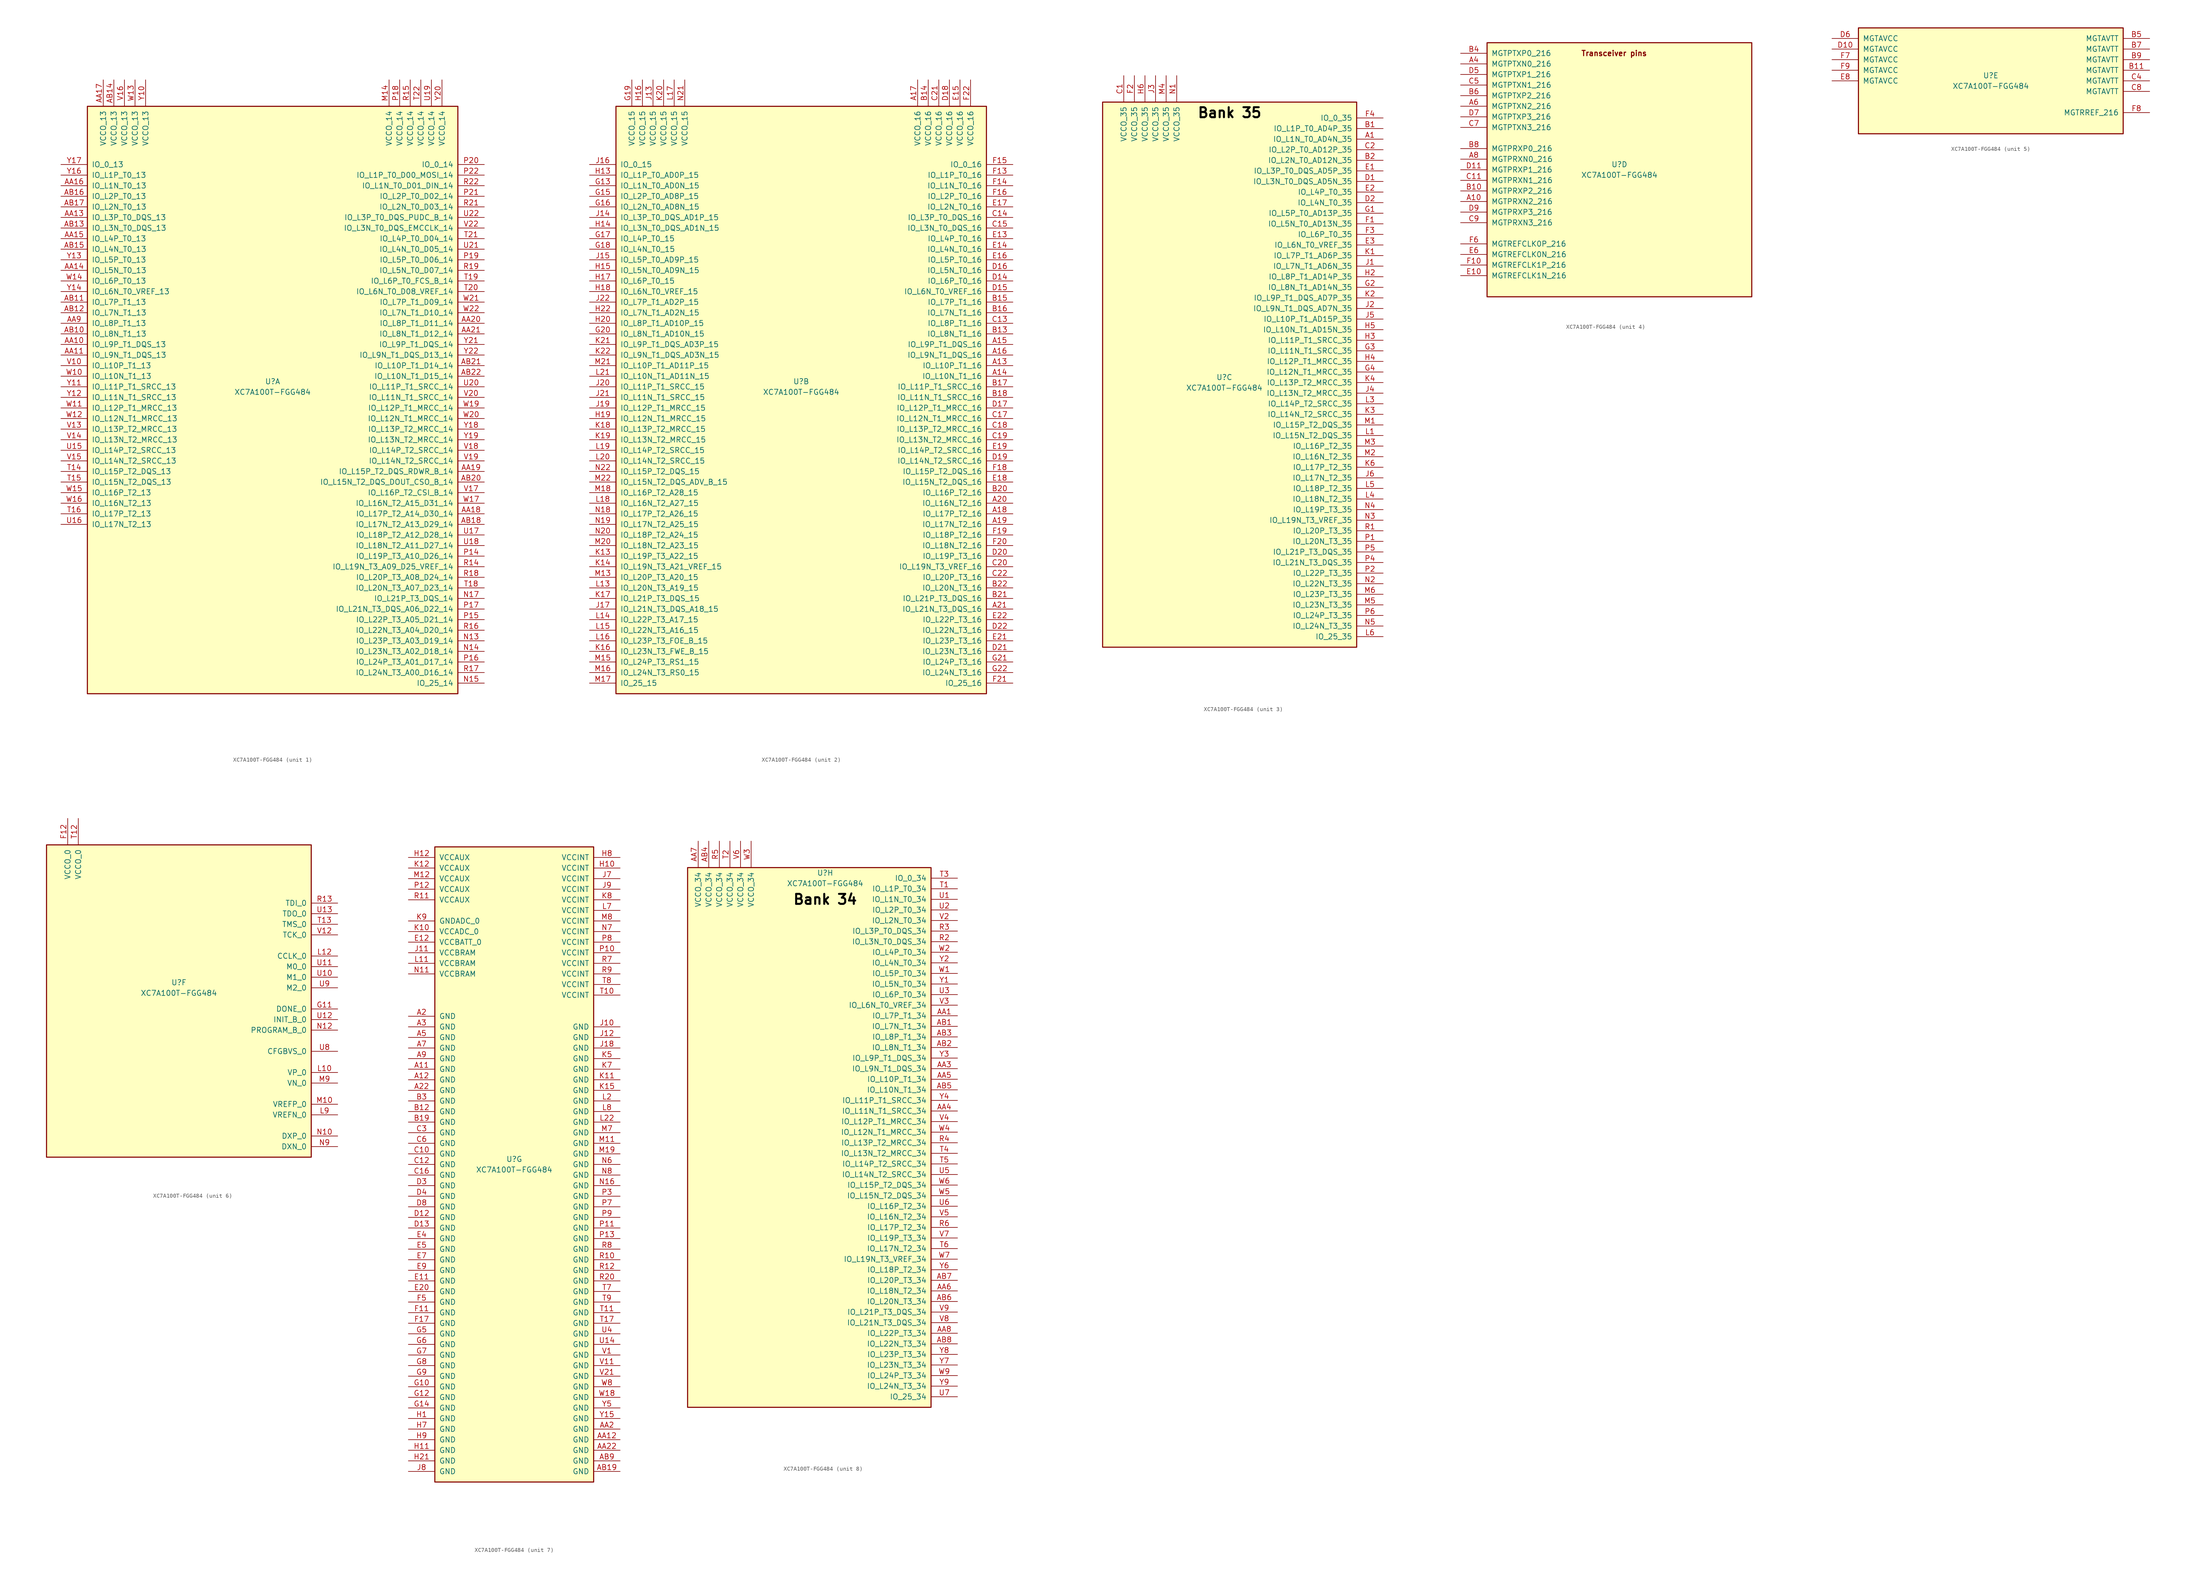
<source format=kicad_sym>
(kicad_symbol_lib
  (version 20220914)
  (generator kicad_symbol_editor)
  (symbol "XC7A100T-FGG484"
    (pin_names
      (offset 1.016))
    (property "Reference" "U"
      (at 0 1.27 0)
      (effects (font (size 1.27 1.27))))
    (property "Value" "XC7A100T-FGG484"
      (at 0 -1.27 0)
      (effects (font (size 1.27 1.27))))
    (property "ki_locked" ""
      (at 0 0 0)
      (effects (font (size 1.27 1.27))))
    (symbol "XC7A100T-FGG484_1_1"
      (rectangle (start -44.45 67.31) (end 44.45 -73.66) (stroke (width 0.254) (type default)) (fill (type background)))
      (pin bidirectional line (at -50.8 10.16 0) (length 6.35) (name "IO_L9P_T1_DQS_13" (effects (font (size 1.27 1.27)))) (number "AA10" (effects (font (size 1.27 1.27)))))
      (pin bidirectional line (at -50.8 7.62 0) (length 6.35) (name "IO_L9N_T1_DQS_13" (effects (font (size 1.27 1.27)))) (number "AA11" (effects (font (size 1.27 1.27)))))
      (pin bidirectional line (at -50.8 40.64 0) (length 6.35) (name "IO_L3P_T0_DQS_13" (effects (font (size 1.27 1.27)))) (number "AA13" (effects (font (size 1.27 1.27)))))
      (pin bidirectional line (at -50.8 27.94 0) (length 6.35) (name "IO_L5N_T0_13" (effects (font (size 1.27 1.27)))) (number "AA14" (effects (font (size 1.27 1.27)))))
      (pin bidirectional line (at -50.8 35.56 0) (length 6.35) (name "IO_L4P_T0_13" (effects (font (size 1.27 1.27)))) (number "AA15" (effects (font (size 1.27 1.27)))))
      (pin bidirectional line (at -50.8 48.26 0) (length 6.35) (name "IO_L1N_T0_13" (effects (font (size 1.27 1.27)))) (number "AA16" (effects (font (size 1.27 1.27)))))
      (pin power_in line (at -40.64 73.66 270) (length 6.35) (name "VCCO_13" (effects (font (size 1.27 1.27)))) (number "AA17" (effects (font (size 1.27 1.27)))))
      (pin bidirectional line (at 50.8 -30.48 180) (length 6.35) (name "IO_L17P_T2_A14_D30_14" (effects (font (size 1.27 1.27)))) (number "AA18" (effects (font (size 1.27 1.27)))))
      (pin bidirectional line (at 50.8 -20.32 180) (length 6.35) (name "IO_L15P_T2_DQS_RDWR_B_14" (effects (font (size 1.27 1.27)))) (number "AA19" (effects (font (size 1.27 1.27)))))
      (pin bidirectional line (at 50.8 15.24 180) (length 6.35) (name "IO_L8P_T1_D11_14" (effects (font (size 1.27 1.27)))) (number "AA20" (effects (font (size 1.27 1.27)))))
      (pin bidirectional line (at 50.8 12.7 180) (length 6.35) (name "IO_L8N_T1_D12_14" (effects (font (size 1.27 1.27)))) (number "AA21" (effects (font (size 1.27 1.27)))))
      (pin bidirectional line (at -50.8 15.24 0) (length 6.35) (name "IO_L8P_T1_13" (effects (font (size 1.27 1.27)))) (number "AA9" (effects (font (size 1.27 1.27)))))
      (pin bidirectional line (at -50.8 12.7 0) (length 6.35) (name "IO_L8N_T1_13" (effects (font (size 1.27 1.27)))) (number "AB10" (effects (font (size 1.27 1.27)))))
      (pin bidirectional line (at -50.8 20.32 0) (length 6.35) (name "IO_L7P_T1_13" (effects (font (size 1.27 1.27)))) (number "AB11" (effects (font (size 1.27 1.27)))))
      (pin bidirectional line (at -50.8 17.78 0) (length 6.35) (name "IO_L7N_T1_13" (effects (font (size 1.27 1.27)))) (number "AB12" (effects (font (size 1.27 1.27)))))
      (pin bidirectional line (at -50.8 38.1 0) (length 6.35) (name "IO_L3N_T0_DQS_13" (effects (font (size 1.27 1.27)))) (number "AB13" (effects (font (size 1.27 1.27)))))
      (pin power_in line (at -38.1 73.66 270) (length 6.35) (name "VCCO_13" (effects (font (size 1.27 1.27)))) (number "AB14" (effects (font (size 1.27 1.27)))))
      (pin bidirectional line (at -50.8 33.02 0) (length 6.35) (name "IO_L4N_T0_13" (effects (font (size 1.27 1.27)))) (number "AB15" (effects (font (size 1.27 1.27)))))
      (pin bidirectional line (at -50.8 45.72 0) (length 6.35) (name "IO_L2P_T0_13" (effects (font (size 1.27 1.27)))) (number "AB16" (effects (font (size 1.27 1.27)))))
      (pin bidirectional line (at -50.8 43.18 0) (length 6.35) (name "IO_L2N_T0_13" (effects (font (size 1.27 1.27)))) (number "AB17" (effects (font (size 1.27 1.27)))))
      (pin bidirectional line (at 50.8 -33.02 180) (length 6.35) (name "IO_L17N_T2_A13_D29_14" (effects (font (size 1.27 1.27)))) (number "AB18" (effects (font (size 1.27 1.27)))))
      (pin bidirectional line (at 50.8 -22.86 180) (length 6.35) (name "IO_L15N_T2_DQS_DOUT_CSO_B_14" (effects (font (size 1.27 1.27)))) (number "AB20" (effects (font (size 1.27 1.27)))))
      (pin bidirectional line (at 50.8 5.08 180) (length 6.35) (name "IO_L10P_T1_D14_14" (effects (font (size 1.27 1.27)))) (number "AB21" (effects (font (size 1.27 1.27)))))
      (pin bidirectional line (at 50.8 2.54 180) (length 6.35) (name "IO_L10N_T1_D15_14" (effects (font (size 1.27 1.27)))) (number "AB22" (effects (font (size 1.27 1.27)))))
      (pin power_in line (at 27.94 73.66 270) (length 6.35) (name "VCCO_14" (effects (font (size 1.27 1.27)))) (number "M14" (effects (font (size 1.27 1.27)))))
      (pin bidirectional line (at 50.8 -60.96 180) (length 6.35) (name "IO_L23P_T3_A03_D19_14" (effects (font (size 1.27 1.27)))) (number "N13" (effects (font (size 1.27 1.27)))))
      (pin bidirectional line (at 50.8 -63.5 180) (length 6.35) (name "IO_L23N_T3_A02_D18_14" (effects (font (size 1.27 1.27)))) (number "N14" (effects (font (size 1.27 1.27)))))
      (pin bidirectional line (at 50.8 -71.12 180) (length 6.35) (name "IO_25_14" (effects (font (size 1.27 1.27)))) (number "N15" (effects (font (size 1.27 1.27)))))
      (pin bidirectional line (at 50.8 -50.8 180) (length 6.35) (name "IO_L21P_T3_DQS_14" (effects (font (size 1.27 1.27)))) (number "N17" (effects (font (size 1.27 1.27)))))
      (pin bidirectional line (at 50.8 -40.64 180) (length 6.35) (name "IO_L19P_T3_A10_D26_14" (effects (font (size 1.27 1.27)))) (number "P14" (effects (font (size 1.27 1.27)))))
      (pin bidirectional line (at 50.8 -55.88 180) (length 6.35) (name "IO_L22P_T3_A05_D21_14" (effects (font (size 1.27 1.27)))) (number "P15" (effects (font (size 1.27 1.27)))))
      (pin bidirectional line (at 50.8 -66.04 180) (length 6.35) (name "IO_L24P_T3_A01_D17_14" (effects (font (size 1.27 1.27)))) (number "P16" (effects (font (size 1.27 1.27)))))
      (pin bidirectional line (at 50.8 -53.34 180) (length 6.35) (name "IO_L21N_T3_DQS_A06_D22_14" (effects (font (size 1.27 1.27)))) (number "P17" (effects (font (size 1.27 1.27)))))
      (pin power_in line (at 30.48 73.66 270) (length 6.35) (name "VCCO_14" (effects (font (size 1.27 1.27)))) (number "P18" (effects (font (size 1.27 1.27)))))
      (pin bidirectional line (at 50.8 30.48 180) (length 6.35) (name "IO_L5P_T0_D06_14" (effects (font (size 1.27 1.27)))) (number "P19" (effects (font (size 1.27 1.27)))))
      (pin bidirectional line (at 50.8 53.34 180) (length 6.35) (name "IO_0_14" (effects (font (size 1.27 1.27)))) (number "P20" (effects (font (size 1.27 1.27)))))
      (pin bidirectional line (at 50.8 45.72 180) (length 6.35) (name "IO_L2P_T0_D02_14" (effects (font (size 1.27 1.27)))) (number "P21" (effects (font (size 1.27 1.27)))))
      (pin bidirectional line (at 50.8 50.8 180) (length 6.35) (name "IO_L1P_T0_D00_MOSI_14" (effects (font (size 1.27 1.27)))) (number "P22" (effects (font (size 1.27 1.27)))))
      (pin bidirectional line (at 50.8 -43.18 180) (length 6.35) (name "IO_L19N_T3_A09_D25_VREF_14" (effects (font (size 1.27 1.27)))) (number "R14" (effects (font (size 1.27 1.27)))))
      (pin power_in line (at 33.02 73.66 270) (length 6.35) (name "VCCO_14" (effects (font (size 1.27 1.27)))) (number "R15" (effects (font (size 1.27 1.27)))))
      (pin bidirectional line (at 50.8 -58.42 180) (length 6.35) (name "IO_L22N_T3_A04_D20_14" (effects (font (size 1.27 1.27)))) (number "R16" (effects (font (size 1.27 1.27)))))
      (pin bidirectional line (at 50.8 -68.58 180) (length 6.35) (name "IO_L24N_T3_A00_D16_14" (effects (font (size 1.27 1.27)))) (number "R17" (effects (font (size 1.27 1.27)))))
      (pin bidirectional line (at 50.8 -45.72 180) (length 6.35) (name "IO_L20P_T3_A08_D24_14" (effects (font (size 1.27 1.27)))) (number "R18" (effects (font (size 1.27 1.27)))))
      (pin bidirectional line (at 50.8 27.94 180) (length 6.35) (name "IO_L5N_T0_D07_14" (effects (font (size 1.27 1.27)))) (number "R19" (effects (font (size 1.27 1.27)))))
      (pin bidirectional line (at 50.8 43.18 180) (length 6.35) (name "IO_L2N_T0_D03_14" (effects (font (size 1.27 1.27)))) (number "R21" (effects (font (size 1.27 1.27)))))
      (pin bidirectional line (at 50.8 48.26 180) (length 6.35) (name "IO_L1N_T0_D01_DIN_14" (effects (font (size 1.27 1.27)))) (number "R22" (effects (font (size 1.27 1.27)))))
      (pin bidirectional line (at -50.8 -20.32 0) (length 6.35) (name "IO_L15P_T2_DQS_13" (effects (font (size 1.27 1.27)))) (number "T14" (effects (font (size 1.27 1.27)))))
      (pin bidirectional line (at -50.8 -22.86 0) (length 6.35) (name "IO_L15N_T2_DQS_13" (effects (font (size 1.27 1.27)))) (number "T15" (effects (font (size 1.27 1.27)))))
      (pin bidirectional line (at -50.8 -30.48 0) (length 6.35) (name "IO_L17P_T2_13" (effects (font (size 1.27 1.27)))) (number "T16" (effects (font (size 1.27 1.27)))))
      (pin bidirectional line (at 50.8 -48.26 180) (length 6.35) (name "IO_L20N_T3_A07_D23_14" (effects (font (size 1.27 1.27)))) (number "T18" (effects (font (size 1.27 1.27)))))
      (pin bidirectional line (at 50.8 25.4 180) (length 6.35) (name "IO_L6P_T0_FCS_B_14" (effects (font (size 1.27 1.27)))) (number "T19" (effects (font (size 1.27 1.27)))))
      (pin bidirectional line (at 50.8 22.86 180) (length 6.35) (name "IO_L6N_T0_D08_VREF_14" (effects (font (size 1.27 1.27)))) (number "T20" (effects (font (size 1.27 1.27)))))
      (pin bidirectional line (at 50.8 35.56 180) (length 6.35) (name "IO_L4P_T0_D04_14" (effects (font (size 1.27 1.27)))) (number "T21" (effects (font (size 1.27 1.27)))))
      (pin power_in line (at 35.56 73.66 270) (length 6.35) (name "VCCO_14" (effects (font (size 1.27 1.27)))) (number "T22" (effects (font (size 1.27 1.27)))))
      (pin bidirectional line (at -50.8 -15.24 0) (length 6.35) (name "IO_L14P_T2_SRCC_13" (effects (font (size 1.27 1.27)))) (number "U15" (effects (font (size 1.27 1.27)))))
      (pin bidirectional line (at -50.8 -33.02 0) (length 6.35) (name "IO_L17N_T2_13" (effects (font (size 1.27 1.27)))) (number "U16" (effects (font (size 1.27 1.27)))))
      (pin bidirectional line (at 50.8 -35.56 180) (length 6.35) (name "IO_L18P_T2_A12_D28_14" (effects (font (size 1.27 1.27)))) (number "U17" (effects (font (size 1.27 1.27)))))
      (pin bidirectional line (at 50.8 -38.1 180) (length 6.35) (name "IO_L18N_T2_A11_D27_14" (effects (font (size 1.27 1.27)))) (number "U18" (effects (font (size 1.27 1.27)))))
      (pin power_in line (at 38.1 73.66 270) (length 6.35) (name "VCCO_14" (effects (font (size 1.27 1.27)))) (number "U19" (effects (font (size 1.27 1.27)))))
      (pin bidirectional line (at 50.8 0 180) (length 6.35) (name "IO_L11P_T1_SRCC_14" (effects (font (size 1.27 1.27)))) (number "U20" (effects (font (size 1.27 1.27)))))
      (pin bidirectional line (at 50.8 33.02 180) (length 6.35) (name "IO_L4N_T0_D05_14" (effects (font (size 1.27 1.27)))) (number "U21" (effects (font (size 1.27 1.27)))))
      (pin bidirectional line (at 50.8 40.64 180) (length 6.35) (name "IO_L3P_T0_DQS_PUDC_B_14" (effects (font (size 1.27 1.27)))) (number "U22" (effects (font (size 1.27 1.27)))))
      (pin bidirectional line (at -50.8 5.08 0) (length 6.35) (name "IO_L10P_T1_13" (effects (font (size 1.27 1.27)))) (number "V10" (effects (font (size 1.27 1.27)))))
      (pin bidirectional line (at -50.8 -10.16 0) (length 6.35) (name "IO_L13P_T2_MRCC_13" (effects (font (size 1.27 1.27)))) (number "V13" (effects (font (size 1.27 1.27)))))
      (pin bidirectional line (at -50.8 -12.7 0) (length 6.35) (name "IO_L13N_T2_MRCC_13" (effects (font (size 1.27 1.27)))) (number "V14" (effects (font (size 1.27 1.27)))))
      (pin bidirectional line (at -50.8 -17.78 0) (length 6.35) (name "IO_L14N_T2_SRCC_13" (effects (font (size 1.27 1.27)))) (number "V15" (effects (font (size 1.27 1.27)))))
      (pin power_in line (at -35.56 73.66 270) (length 6.35) (name "VCCO_13" (effects (font (size 1.27 1.27)))) (number "V16" (effects (font (size 1.27 1.27)))))
      (pin bidirectional line (at 50.8 -25.4 180) (length 6.35) (name "IO_L16P_T2_CSI_B_14" (effects (font (size 1.27 1.27)))) (number "V17" (effects (font (size 1.27 1.27)))))
      (pin bidirectional line (at 50.8 -15.24 180) (length 6.35) (name "IO_L14P_T2_SRCC_14" (effects (font (size 1.27 1.27)))) (number "V18" (effects (font (size 1.27 1.27)))))
      (pin bidirectional line (at 50.8 -17.78 180) (length 6.35) (name "IO_L14N_T2_SRCC_14" (effects (font (size 1.27 1.27)))) (number "V19" (effects (font (size 1.27 1.27)))))
      (pin bidirectional line (at 50.8 -2.54 180) (length 6.35) (name "IO_L11N_T1_SRCC_14" (effects (font (size 1.27 1.27)))) (number "V20" (effects (font (size 1.27 1.27)))))
      (pin bidirectional line (at 50.8 38.1 180) (length 6.35) (name "IO_L3N_T0_DQS_EMCCLK_14" (effects (font (size 1.27 1.27)))) (number "V22" (effects (font (size 1.27 1.27)))))
      (pin bidirectional line (at -50.8 2.54 0) (length 6.35) (name "IO_L10N_T1_13" (effects (font (size 1.27 1.27)))) (number "W10" (effects (font (size 1.27 1.27)))))
      (pin bidirectional line (at -50.8 -5.08 0) (length 6.35) (name "IO_L12P_T1_MRCC_13" (effects (font (size 1.27 1.27)))) (number "W11" (effects (font (size 1.27 1.27)))))
      (pin bidirectional line (at -50.8 -7.62 0) (length 6.35) (name "IO_L12N_T1_MRCC_13" (effects (font (size 1.27 1.27)))) (number "W12" (effects (font (size 1.27 1.27)))))
      (pin power_in line (at -33.02 73.66 270) (length 6.35) (name "VCCO_13" (effects (font (size 1.27 1.27)))) (number "W13" (effects (font (size 1.27 1.27)))))
      (pin bidirectional line (at -50.8 25.4 0) (length 6.35) (name "IO_L6P_T0_13" (effects (font (size 1.27 1.27)))) (number "W14" (effects (font (size 1.27 1.27)))))
      (pin bidirectional line (at -50.8 -25.4 0) (length 6.35) (name "IO_L16P_T2_13" (effects (font (size 1.27 1.27)))) (number "W15" (effects (font (size 1.27 1.27)))))
      (pin bidirectional line (at -50.8 -27.94 0) (length 6.35) (name "IO_L16N_T2_13" (effects (font (size 1.27 1.27)))) (number "W16" (effects (font (size 1.27 1.27)))))
      (pin bidirectional line (at 50.8 -27.94 180) (length 6.35) (name "IO_L16N_T2_A15_D31_14" (effects (font (size 1.27 1.27)))) (number "W17" (effects (font (size 1.27 1.27)))))
      (pin bidirectional line (at 50.8 -5.08 180) (length 6.35) (name "IO_L12P_T1_MRCC_14" (effects (font (size 1.27 1.27)))) (number "W19" (effects (font (size 1.27 1.27)))))
      (pin bidirectional line (at 50.8 -7.62 180) (length 6.35) (name "IO_L12N_T1_MRCC_14" (effects (font (size 1.27 1.27)))) (number "W20" (effects (font (size 1.27 1.27)))))
      (pin bidirectional line (at 50.8 20.32 180) (length 6.35) (name "IO_L7P_T1_D09_14" (effects (font (size 1.27 1.27)))) (number "W21" (effects (font (size 1.27 1.27)))))
      (pin bidirectional line (at 50.8 17.78 180) (length 6.35) (name "IO_L7N_T1_D10_14" (effects (font (size 1.27 1.27)))) (number "W22" (effects (font (size 1.27 1.27)))))
      (pin power_in line (at -30.48 73.66 270) (length 6.35) (name "VCCO_13" (effects (font (size 1.27 1.27)))) (number "Y10" (effects (font (size 1.27 1.27)))))
      (pin bidirectional line (at -50.8 0 0) (length 6.35) (name "IO_L11P_T1_SRCC_13" (effects (font (size 1.27 1.27)))) (number "Y11" (effects (font (size 1.27 1.27)))))
      (pin bidirectional line (at -50.8 -2.54 0) (length 6.35) (name "IO_L11N_T1_SRCC_13" (effects (font (size 1.27 1.27)))) (number "Y12" (effects (font (size 1.27 1.27)))))
      (pin bidirectional line (at -50.8 30.48 0) (length 6.35) (name "IO_L5P_T0_13" (effects (font (size 1.27 1.27)))) (number "Y13" (effects (font (size 1.27 1.27)))))
      (pin bidirectional line (at -50.8 22.86 0) (length 6.35) (name "IO_L6N_T0_VREF_13" (effects (font (size 1.27 1.27)))) (number "Y14" (effects (font (size 1.27 1.27)))))
      (pin bidirectional line (at -50.8 50.8 0) (length 6.35) (name "IO_L1P_T0_13" (effects (font (size 1.27 1.27)))) (number "Y16" (effects (font (size 1.27 1.27)))))
      (pin bidirectional line (at -50.8 53.34 0) (length 6.35) (name "IO_0_13" (effects (font (size 1.27 1.27)))) (number "Y17" (effects (font (size 1.27 1.27)))))
      (pin bidirectional line (at 50.8 -10.16 180) (length 6.35) (name "IO_L13P_T2_MRCC_14" (effects (font (size 1.27 1.27)))) (number "Y18" (effects (font (size 1.27 1.27)))))
      (pin bidirectional line (at 50.8 -12.7 180) (length 6.35) (name "IO_L13N_T2_MRCC_14" (effects (font (size 1.27 1.27)))) (number "Y19" (effects (font (size 1.27 1.27)))))
      (pin power_in line (at 40.64 73.66 270) (length 6.35) (name "VCCO_14" (effects (font (size 1.27 1.27)))) (number "Y20" (effects (font (size 1.27 1.27)))))
      (pin bidirectional line (at 50.8 10.16 180) (length 6.35) (name "IO_L9P_T1_DQS_14" (effects (font (size 1.27 1.27)))) (number "Y21" (effects (font (size 1.27 1.27)))))
      (pin bidirectional line (at 50.8 7.62 180) (length 6.35) (name "IO_L9N_T1_DQS_D13_14" (effects (font (size 1.27 1.27)))) (number "Y22" (effects (font (size 1.27 1.27))))))
    (symbol "XC7A100T-FGG484_2_1"
      (rectangle (start -44.45 67.31) (end 44.45 -73.66) (stroke (width 0.254) (type default)) (fill (type background)))
      (pin bidirectional line (at 50.8 5.08 180) (length 6.35) (name "IO_L10P_T1_16" (effects (font (size 1.27 1.27)))) (number "A13" (effects (font (size 1.27 1.27)))))
      (pin bidirectional line (at 50.8 2.54 180) (length 6.35) (name "IO_L10N_T1_16" (effects (font (size 1.27 1.27)))) (number "A14" (effects (font (size 1.27 1.27)))))
      (pin bidirectional line (at 50.8 10.16 180) (length 6.35) (name "IO_L9P_T1_DQS_16" (effects (font (size 1.27 1.27)))) (number "A15" (effects (font (size 1.27 1.27)))))
      (pin bidirectional line (at 50.8 7.62 180) (length 6.35) (name "IO_L9N_T1_DQS_16" (effects (font (size 1.27 1.27)))) (number "A16" (effects (font (size 1.27 1.27)))))
      (pin power_in line (at 27.94 73.66 270) (length 6.35) (name "VCCO_16" (effects (font (size 1.27 1.27)))) (number "A17" (effects (font (size 1.27 1.27)))))
      (pin bidirectional line (at 50.8 -30.48 180) (length 6.35) (name "IO_L17P_T2_16" (effects (font (size 1.27 1.27)))) (number "A18" (effects (font (size 1.27 1.27)))))
      (pin bidirectional line (at 50.8 -33.02 180) (length 6.35) (name "IO_L17N_T2_16" (effects (font (size 1.27 1.27)))) (number "A19" (effects (font (size 1.27 1.27)))))
      (pin bidirectional line (at 50.8 -27.94 180) (length 6.35) (name "IO_L16N_T2_16" (effects (font (size 1.27 1.27)))) (number "A20" (effects (font (size 1.27 1.27)))))
      (pin bidirectional line (at 50.8 -53.34 180) (length 6.35) (name "IO_L21N_T3_DQS_16" (effects (font (size 1.27 1.27)))) (number "A21" (effects (font (size 1.27 1.27)))))
      (pin bidirectional line (at 50.8 12.7 180) (length 6.35) (name "IO_L8N_T1_16" (effects (font (size 1.27 1.27)))) (number "B13" (effects (font (size 1.27 1.27)))))
      (pin power_in line (at 30.48 73.66 270) (length 6.35) (name "VCCO_16" (effects (font (size 1.27 1.27)))) (number "B14" (effects (font (size 1.27 1.27)))))
      (pin bidirectional line (at 50.8 20.32 180) (length 6.35) (name "IO_L7P_T1_16" (effects (font (size 1.27 1.27)))) (number "B15" (effects (font (size 1.27 1.27)))))
      (pin bidirectional line (at 50.8 17.78 180) (length 6.35) (name "IO_L7N_T1_16" (effects (font (size 1.27 1.27)))) (number "B16" (effects (font (size 1.27 1.27)))))
      (pin bidirectional line (at 50.8 0 180) (length 6.35) (name "IO_L11P_T1_SRCC_16" (effects (font (size 1.27 1.27)))) (number "B17" (effects (font (size 1.27 1.27)))))
      (pin bidirectional line (at 50.8 -2.54 180) (length 6.35) (name "IO_L11N_T1_SRCC_16" (effects (font (size 1.27 1.27)))) (number "B18" (effects (font (size 1.27 1.27)))))
      (pin bidirectional line (at 50.8 -25.4 180) (length 6.35) (name "IO_L16P_T2_16" (effects (font (size 1.27 1.27)))) (number "B20" (effects (font (size 1.27 1.27)))))
      (pin bidirectional line (at 50.8 -50.8 180) (length 6.35) (name "IO_L21P_T3_DQS_16" (effects (font (size 1.27 1.27)))) (number "B21" (effects (font (size 1.27 1.27)))))
      (pin bidirectional line (at 50.8 -48.26 180) (length 6.35) (name "IO_L20N_T3_16" (effects (font (size 1.27 1.27)))) (number "B22" (effects (font (size 1.27 1.27)))))
      (pin bidirectional line (at 50.8 15.24 180) (length 6.35) (name "IO_L8P_T1_16" (effects (font (size 1.27 1.27)))) (number "C13" (effects (font (size 1.27 1.27)))))
      (pin bidirectional line (at 50.8 40.64 180) (length 6.35) (name "IO_L3P_T0_DQS_16" (effects (font (size 1.27 1.27)))) (number "C14" (effects (font (size 1.27 1.27)))))
      (pin bidirectional line (at 50.8 38.1 180) (length 6.35) (name "IO_L3N_T0_DQS_16" (effects (font (size 1.27 1.27)))) (number "C15" (effects (font (size 1.27 1.27)))))
      (pin bidirectional line (at 50.8 -7.62 180) (length 6.35) (name "IO_L12N_T1_MRCC_16" (effects (font (size 1.27 1.27)))) (number "C17" (effects (font (size 1.27 1.27)))))
      (pin bidirectional line (at 50.8 -10.16 180) (length 6.35) (name "IO_L13P_T2_MRCC_16" (effects (font (size 1.27 1.27)))) (number "C18" (effects (font (size 1.27 1.27)))))
      (pin bidirectional line (at 50.8 -12.7 180) (length 6.35) (name "IO_L13N_T2_MRCC_16" (effects (font (size 1.27 1.27)))) (number "C19" (effects (font (size 1.27 1.27)))))
      (pin bidirectional line (at 50.8 -43.18 180) (length 6.35) (name "IO_L19N_T3_VREF_16" (effects (font (size 1.27 1.27)))) (number "C20" (effects (font (size 1.27 1.27)))))
      (pin power_in line (at 33.02 73.66 270) (length 6.35) (name "VCCO_16" (effects (font (size 1.27 1.27)))) (number "C21" (effects (font (size 1.27 1.27)))))
      (pin bidirectional line (at 50.8 -45.72 180) (length 6.35) (name "IO_L20P_T3_16" (effects (font (size 1.27 1.27)))) (number "C22" (effects (font (size 1.27 1.27)))))
      (pin bidirectional line (at 50.8 25.4 180) (length 6.35) (name "IO_L6P_T0_16" (effects (font (size 1.27 1.27)))) (number "D14" (effects (font (size 1.27 1.27)))))
      (pin bidirectional line (at 50.8 22.86 180) (length 6.35) (name "IO_L6N_T0_VREF_16" (effects (font (size 1.27 1.27)))) (number "D15" (effects (font (size 1.27 1.27)))))
      (pin bidirectional line (at 50.8 27.94 180) (length 6.35) (name "IO_L5N_T0_16" (effects (font (size 1.27 1.27)))) (number "D16" (effects (font (size 1.27 1.27)))))
      (pin bidirectional line (at 50.8 -5.08 180) (length 6.35) (name "IO_L12P_T1_MRCC_16" (effects (font (size 1.27 1.27)))) (number "D17" (effects (font (size 1.27 1.27)))))
      (pin power_in line (at 35.56 73.66 270) (length 6.35) (name "VCCO_16" (effects (font (size 1.27 1.27)))) (number "D18" (effects (font (size 1.27 1.27)))))
      (pin bidirectional line (at 50.8 -17.78 180) (length 6.35) (name "IO_L14N_T2_SRCC_16" (effects (font (size 1.27 1.27)))) (number "D19" (effects (font (size 1.27 1.27)))))
      (pin bidirectional line (at 50.8 -40.64 180) (length 6.35) (name "IO_L19P_T3_16" (effects (font (size 1.27 1.27)))) (number "D20" (effects (font (size 1.27 1.27)))))
      (pin bidirectional line (at 50.8 -63.5 180) (length 6.35) (name "IO_L23N_T3_16" (effects (font (size 1.27 1.27)))) (number "D21" (effects (font (size 1.27 1.27)))))
      (pin bidirectional line (at 50.8 -58.42 180) (length 6.35) (name "IO_L22N_T3_16" (effects (font (size 1.27 1.27)))) (number "D22" (effects (font (size 1.27 1.27)))))
      (pin bidirectional line (at 50.8 35.56 180) (length 6.35) (name "IO_L4P_T0_16" (effects (font (size 1.27 1.27)))) (number "E13" (effects (font (size 1.27 1.27)))))
      (pin bidirectional line (at 50.8 33.02 180) (length 6.35) (name "IO_L4N_T0_16" (effects (font (size 1.27 1.27)))) (number "E14" (effects (font (size 1.27 1.27)))))
      (pin power_in line (at 38.1 73.66 270) (length 6.35) (name "VCCO_16" (effects (font (size 1.27 1.27)))) (number "E15" (effects (font (size 1.27 1.27)))))
      (pin bidirectional line (at 50.8 30.48 180) (length 6.35) (name "IO_L5P_T0_16" (effects (font (size 1.27 1.27)))) (number "E16" (effects (font (size 1.27 1.27)))))
      (pin bidirectional line (at 50.8 43.18 180) (length 6.35) (name "IO_L2N_T0_16" (effects (font (size 1.27 1.27)))) (number "E17" (effects (font (size 1.27 1.27)))))
      (pin bidirectional line (at 50.8 -22.86 180) (length 6.35) (name "IO_L15N_T2_DQS_16" (effects (font (size 1.27 1.27)))) (number "E18" (effects (font (size 1.27 1.27)))))
      (pin bidirectional line (at 50.8 -15.24 180) (length 6.35) (name "IO_L14P_T2_SRCC_16" (effects (font (size 1.27 1.27)))) (number "E19" (effects (font (size 1.27 1.27)))))
      (pin bidirectional line (at 50.8 -60.96 180) (length 6.35) (name "IO_L23P_T3_16" (effects (font (size 1.27 1.27)))) (number "E21" (effects (font (size 1.27 1.27)))))
      (pin bidirectional line (at 50.8 -55.88 180) (length 6.35) (name "IO_L22P_T3_16" (effects (font (size 1.27 1.27)))) (number "E22" (effects (font (size 1.27 1.27)))))
      (pin bidirectional line (at 50.8 50.8 180) (length 6.35) (name "IO_L1P_T0_16" (effects (font (size 1.27 1.27)))) (number "F13" (effects (font (size 1.27 1.27)))))
      (pin bidirectional line (at 50.8 48.26 180) (length 6.35) (name "IO_L1N_T0_16" (effects (font (size 1.27 1.27)))) (number "F14" (effects (font (size 1.27 1.27)))))
      (pin bidirectional line (at 50.8 53.34 180) (length 6.35) (name "IO_0_16" (effects (font (size 1.27 1.27)))) (number "F15" (effects (font (size 1.27 1.27)))))
      (pin bidirectional line (at 50.8 45.72 180) (length 6.35) (name "IO_L2P_T0_16" (effects (font (size 1.27 1.27)))) (number "F16" (effects (font (size 1.27 1.27)))))
      (pin bidirectional line (at 50.8 -20.32 180) (length 6.35) (name "IO_L15P_T2_DQS_16" (effects (font (size 1.27 1.27)))) (number "F18" (effects (font (size 1.27 1.27)))))
      (pin bidirectional line (at 50.8 -35.56 180) (length 6.35) (name "IO_L18P_T2_16" (effects (font (size 1.27 1.27)))) (number "F19" (effects (font (size 1.27 1.27)))))
      (pin bidirectional line (at 50.8 -38.1 180) (length 6.35) (name "IO_L18N_T2_16" (effects (font (size 1.27 1.27)))) (number "F20" (effects (font (size 1.27 1.27)))))
      (pin bidirectional line (at 50.8 -71.12 180) (length 6.35) (name "IO_25_16" (effects (font (size 1.27 1.27)))) (number "F21" (effects (font (size 1.27 1.27)))))
      (pin power_in line (at 40.64 73.66 270) (length 6.35) (name "VCCO_16" (effects (font (size 1.27 1.27)))) (number "F22" (effects (font (size 1.27 1.27)))))
      (pin bidirectional line (at -50.8 48.26 0) (length 6.35) (name "IO_L1N_T0_AD0N_15" (effects (font (size 1.27 1.27)))) (number "G13" (effects (font (size 1.27 1.27)))))
      (pin bidirectional line (at -50.8 45.72 0) (length 6.35) (name "IO_L2P_T0_AD8P_15" (effects (font (size 1.27 1.27)))) (number "G15" (effects (font (size 1.27 1.27)))))
      (pin bidirectional line (at -50.8 43.18 0) (length 6.35) (name "IO_L2N_T0_AD8N_15" (effects (font (size 1.27 1.27)))) (number "G16" (effects (font (size 1.27 1.27)))))
      (pin bidirectional line (at -50.8 35.56 0) (length 6.35) (name "IO_L4P_T0_15" (effects (font (size 1.27 1.27)))) (number "G17" (effects (font (size 1.27 1.27)))))
      (pin bidirectional line (at -50.8 33.02 0) (length 6.35) (name "IO_L4N_T0_15" (effects (font (size 1.27 1.27)))) (number "G18" (effects (font (size 1.27 1.27)))))
      (pin power_in line (at -40.64 73.66 270) (length 6.35) (name "VCCO_15" (effects (font (size 1.27 1.27)))) (number "G19" (effects (font (size 1.27 1.27)))))
      (pin bidirectional line (at -50.8 12.7 0) (length 6.35) (name "IO_L8N_T1_AD10N_15" (effects (font (size 1.27 1.27)))) (number "G20" (effects (font (size 1.27 1.27)))))
      (pin bidirectional line (at 50.8 -66.04 180) (length 6.35) (name "IO_L24P_T3_16" (effects (font (size 1.27 1.27)))) (number "G21" (effects (font (size 1.27 1.27)))))
      (pin bidirectional line (at 50.8 -68.58 180) (length 6.35) (name "IO_L24N_T3_16" (effects (font (size 1.27 1.27)))) (number "G22" (effects (font (size 1.27 1.27)))))
      (pin bidirectional line (at -50.8 50.8 0) (length 6.35) (name "IO_L1P_T0_AD0P_15" (effects (font (size 1.27 1.27)))) (number "H13" (effects (font (size 1.27 1.27)))))
      (pin bidirectional line (at -50.8 38.1 0) (length 6.35) (name "IO_L3N_T0_DQS_AD1N_15" (effects (font (size 1.27 1.27)))) (number "H14" (effects (font (size 1.27 1.27)))))
      (pin bidirectional line (at -50.8 27.94 0) (length 6.35) (name "IO_L5N_T0_AD9N_15" (effects (font (size 1.27 1.27)))) (number "H15" (effects (font (size 1.27 1.27)))))
      (pin power_in line (at -38.1 73.66 270) (length 6.35) (name "VCCO_15" (effects (font (size 1.27 1.27)))) (number "H16" (effects (font (size 1.27 1.27)))))
      (pin bidirectional line (at -50.8 25.4 0) (length 6.35) (name "IO_L6P_T0_15" (effects (font (size 1.27 1.27)))) (number "H17" (effects (font (size 1.27 1.27)))))
      (pin bidirectional line (at -50.8 22.86 0) (length 6.35) (name "IO_L6N_T0_VREF_15" (effects (font (size 1.27 1.27)))) (number "H18" (effects (font (size 1.27 1.27)))))
      (pin bidirectional line (at -50.8 -7.62 0) (length 6.35) (name "IO_L12N_T1_MRCC_15" (effects (font (size 1.27 1.27)))) (number "H19" (effects (font (size 1.27 1.27)))))
      (pin bidirectional line (at -50.8 15.24 0) (length 6.35) (name "IO_L8P_T1_AD10P_15" (effects (font (size 1.27 1.27)))) (number "H20" (effects (font (size 1.27 1.27)))))
      (pin bidirectional line (at -50.8 17.78 0) (length 6.35) (name "IO_L7N_T1_AD2N_15" (effects (font (size 1.27 1.27)))) (number "H22" (effects (font (size 1.27 1.27)))))
      (pin power_in line (at -35.56 73.66 270) (length 6.35) (name "VCCO_15" (effects (font (size 1.27 1.27)))) (number "J13" (effects (font (size 1.27 1.27)))))
      (pin bidirectional line (at -50.8 40.64 0) (length 6.35) (name "IO_L3P_T0_DQS_AD1P_15" (effects (font (size 1.27 1.27)))) (number "J14" (effects (font (size 1.27 1.27)))))
      (pin bidirectional line (at -50.8 30.48 0) (length 6.35) (name "IO_L5P_T0_AD9P_15" (effects (font (size 1.27 1.27)))) (number "J15" (effects (font (size 1.27 1.27)))))
      (pin bidirectional line (at -50.8 53.34 0) (length 6.35) (name "IO_0_15" (effects (font (size 1.27 1.27)))) (number "J16" (effects (font (size 1.27 1.27)))))
      (pin bidirectional line (at -50.8 -53.34 0) (length 6.35) (name "IO_L21N_T3_DQS_A18_15" (effects (font (size 1.27 1.27)))) (number "J17" (effects (font (size 1.27 1.27)))))
      (pin bidirectional line (at -50.8 -5.08 0) (length 6.35) (name "IO_L12P_T1_MRCC_15" (effects (font (size 1.27 1.27)))) (number "J19" (effects (font (size 1.27 1.27)))))
      (pin bidirectional line (at -50.8 0 0) (length 6.35) (name "IO_L11P_T1_SRCC_15" (effects (font (size 1.27 1.27)))) (number "J20" (effects (font (size 1.27 1.27)))))
      (pin bidirectional line (at -50.8 -2.54 0) (length 6.35) (name "IO_L11N_T1_SRCC_15" (effects (font (size 1.27 1.27)))) (number "J21" (effects (font (size 1.27 1.27)))))
      (pin bidirectional line (at -50.8 20.32 0) (length 6.35) (name "IO_L7P_T1_AD2P_15" (effects (font (size 1.27 1.27)))) (number "J22" (effects (font (size 1.27 1.27)))))
      (pin bidirectional line (at -50.8 -40.64 0) (length 6.35) (name "IO_L19P_T3_A22_15" (effects (font (size 1.27 1.27)))) (number "K13" (effects (font (size 1.27 1.27)))))
      (pin bidirectional line (at -50.8 -43.18 0) (length 6.35) (name "IO_L19N_T3_A21_VREF_15" (effects (font (size 1.27 1.27)))) (number "K14" (effects (font (size 1.27 1.27)))))
      (pin bidirectional line (at -50.8 -63.5 0) (length 6.35) (name "IO_L23N_T3_FWE_B_15" (effects (font (size 1.27 1.27)))) (number "K16" (effects (font (size 1.27 1.27)))))
      (pin bidirectional line (at -50.8 -50.8 0) (length 6.35) (name "IO_L21P_T3_DQS_15" (effects (font (size 1.27 1.27)))) (number "K17" (effects (font (size 1.27 1.27)))))
      (pin bidirectional line (at -50.8 -10.16 0) (length 6.35) (name "IO_L13P_T2_MRCC_15" (effects (font (size 1.27 1.27)))) (number "K18" (effects (font (size 1.27 1.27)))))
      (pin bidirectional line (at -50.8 -12.7 0) (length 6.35) (name "IO_L13N_T2_MRCC_15" (effects (font (size 1.27 1.27)))) (number "K19" (effects (font (size 1.27 1.27)))))
      (pin power_in line (at -33.02 73.66 270) (length 6.35) (name "VCCO_15" (effects (font (size 1.27 1.27)))) (number "K20" (effects (font (size 1.27 1.27)))))
      (pin bidirectional line (at -50.8 10.16 0) (length 6.35) (name "IO_L9P_T1_DQS_AD3P_15" (effects (font (size 1.27 1.27)))) (number "K21" (effects (font (size 1.27 1.27)))))
      (pin bidirectional line (at -50.8 7.62 0) (length 6.35) (name "IO_L9N_T1_DQS_AD3N_15" (effects (font (size 1.27 1.27)))) (number "K22" (effects (font (size 1.27 1.27)))))
      (pin bidirectional line (at -50.8 -48.26 0) (length 6.35) (name "IO_L20N_T3_A19_15" (effects (font (size 1.27 1.27)))) (number "L13" (effects (font (size 1.27 1.27)))))
      (pin bidirectional line (at -50.8 -55.88 0) (length 6.35) (name "IO_L22P_T3_A17_15" (effects (font (size 1.27 1.27)))) (number "L14" (effects (font (size 1.27 1.27)))))
      (pin bidirectional line (at -50.8 -58.42 0) (length 6.35) (name "IO_L22N_T3_A16_15" (effects (font (size 1.27 1.27)))) (number "L15" (effects (font (size 1.27 1.27)))))
      (pin bidirectional line (at -50.8 -60.96 0) (length 6.35) (name "IO_L23P_T3_FOE_B_15" (effects (font (size 1.27 1.27)))) (number "L16" (effects (font (size 1.27 1.27)))))
      (pin power_in line (at -30.48 73.66 270) (length 6.35) (name "VCCO_15" (effects (font (size 1.27 1.27)))) (number "L17" (effects (font (size 1.27 1.27)))))
      (pin bidirectional line (at -50.8 -27.94 0) (length 6.35) (name "IO_L16N_T2_A27_15" (effects (font (size 1.27 1.27)))) (number "L18" (effects (font (size 1.27 1.27)))))
      (pin bidirectional line (at -50.8 -15.24 0) (length 6.35) (name "IO_L14P_T2_SRCC_15" (effects (font (size 1.27 1.27)))) (number "L19" (effects (font (size 1.27 1.27)))))
      (pin bidirectional line (at -50.8 -17.78 0) (length 6.35) (name "IO_L14N_T2_SRCC_15" (effects (font (size 1.27 1.27)))) (number "L20" (effects (font (size 1.27 1.27)))))
      (pin bidirectional line (at -50.8 2.54 0) (length 6.35) (name "IO_L10N_T1_AD11N_15" (effects (font (size 1.27 1.27)))) (number "L21" (effects (font (size 1.27 1.27)))))
      (pin bidirectional line (at -50.8 -45.72 0) (length 6.35) (name "IO_L20P_T3_A20_15" (effects (font (size 1.27 1.27)))) (number "M13" (effects (font (size 1.27 1.27)))))
      (pin bidirectional line (at -50.8 -66.04 0) (length 6.35) (name "IO_L24P_T3_RS1_15" (effects (font (size 1.27 1.27)))) (number "M15" (effects (font (size 1.27 1.27)))))
      (pin bidirectional line (at -50.8 -68.58 0) (length 6.35) (name "IO_L24N_T3_RS0_15" (effects (font (size 1.27 1.27)))) (number "M16" (effects (font (size 1.27 1.27)))))
      (pin bidirectional line (at -50.8 -71.12 0) (length 6.35) (name "IO_25_15" (effects (font (size 1.27 1.27)))) (number "M17" (effects (font (size 1.27 1.27)))))
      (pin bidirectional line (at -50.8 -25.4 0) (length 6.35) (name "IO_L16P_T2_A28_15" (effects (font (size 1.27 1.27)))) (number "M18" (effects (font (size 1.27 1.27)))))
      (pin bidirectional line (at -50.8 -38.1 0) (length 6.35) (name "IO_L18N_T2_A23_15" (effects (font (size 1.27 1.27)))) (number "M20" (effects (font (size 1.27 1.27)))))
      (pin bidirectional line (at -50.8 5.08 0) (length 6.35) (name "IO_L10P_T1_AD11P_15" (effects (font (size 1.27 1.27)))) (number "M21" (effects (font (size 1.27 1.27)))))
      (pin bidirectional line (at -50.8 -22.86 0) (length 6.35) (name "IO_L15N_T2_DQS_ADV_B_15" (effects (font (size 1.27 1.27)))) (number "M22" (effects (font (size 1.27 1.27)))))
      (pin bidirectional line (at -50.8 -30.48 0) (length 6.35) (name "IO_L17P_T2_A26_15" (effects (font (size 1.27 1.27)))) (number "N18" (effects (font (size 1.27 1.27)))))
      (pin bidirectional line (at -50.8 -33.02 0) (length 6.35) (name "IO_L17N_T2_A25_15" (effects (font (size 1.27 1.27)))) (number "N19" (effects (font (size 1.27 1.27)))))
      (pin bidirectional line (at -50.8 -35.56 0) (length 6.35) (name "IO_L18P_T2_A24_15" (effects (font (size 1.27 1.27)))) (number "N20" (effects (font (size 1.27 1.27)))))
      (pin power_in line (at -27.94 73.66 270) (length 6.35) (name "VCCO_15" (effects (font (size 1.27 1.27)))) (number "N21" (effects (font (size 1.27 1.27)))))
      (pin bidirectional line (at -50.8 -20.32 0) (length 6.35) (name "IO_L15P_T2_DQS_15" (effects (font (size 1.27 1.27)))) (number "N22" (effects (font (size 1.27 1.27))))))
    (symbol "XC7A100T-FGG484_3_1"
      (rectangle (start -29.21 67.31) (end 31.75 -63.5) (stroke (width 0.254) (type default)) (fill (type background)))
      (text "Bank 35\n" (at 1.27 64.77 0) (effects (font (size 2.4 2.4) bold (color 0 0 0 1))))
      (pin bidirectional line (at 38.1 58.42 180) (length 6.35) (name "IO_L1N_T0_AD4N_35" (effects (font (size 1.27 1.27)))) (number "A1" (effects (font (size 1.27 1.27)))))
      (pin bidirectional line (at 38.1 60.96 180) (length 6.35) (name "IO_L1P_T0_AD4P_35" (effects (font (size 1.27 1.27)))) (number "B1" (effects (font (size 1.27 1.27)))))
      (pin bidirectional line (at 38.1 53.34 180) (length 6.35) (name "IO_L2N_T0_AD12N_35" (effects (font (size 1.27 1.27)))) (number "B2" (effects (font (size 1.27 1.27)))))
      (pin power_in line (at -24.13 73.66 270) (length 6.35) (name "VCCO_35" (effects (font (size 1.27 1.27)))) (number "C1" (effects (font (size 1.27 1.27)))))
      (pin bidirectional line (at 38.1 55.88 180) (length 6.35) (name "IO_L2P_T0_AD12P_35" (effects (font (size 1.27 1.27)))) (number "C2" (effects (font (size 1.27 1.27)))))
      (pin bidirectional line (at 38.1 48.26 180) (length 6.35) (name "IO_L3N_T0_DQS_AD5N_35" (effects (font (size 1.27 1.27)))) (number "D1" (effects (font (size 1.27 1.27)))))
      (pin bidirectional line (at 38.1 43.18 180) (length 6.35) (name "IO_L4N_T0_35" (effects (font (size 1.27 1.27)))) (number "D2" (effects (font (size 1.27 1.27)))))
      (pin bidirectional line (at 38.1 50.8 180) (length 6.35) (name "IO_L3P_T0_DQS_AD5P_35" (effects (font (size 1.27 1.27)))) (number "E1" (effects (font (size 1.27 1.27)))))
      (pin bidirectional line (at 38.1 45.72 180) (length 6.35) (name "IO_L4P_T0_35" (effects (font (size 1.27 1.27)))) (number "E2" (effects (font (size 1.27 1.27)))))
      (pin bidirectional line (at 38.1 33.02 180) (length 6.35) (name "IO_L6N_T0_VREF_35" (effects (font (size 1.27 1.27)))) (number "E3" (effects (font (size 1.27 1.27)))))
      (pin bidirectional line (at 38.1 38.1 180) (length 6.35) (name "IO_L5N_T0_AD13N_35" (effects (font (size 1.27 1.27)))) (number "F1" (effects (font (size 1.27 1.27)))))
      (pin power_in line (at -21.59 73.66 270) (length 6.35) (name "VCCO_35" (effects (font (size 1.27 1.27)))) (number "F2" (effects (font (size 1.27 1.27)))))
      (pin bidirectional line (at 38.1 35.56 180) (length 6.35) (name "IO_L6P_T0_35" (effects (font (size 1.27 1.27)))) (number "F3" (effects (font (size 1.27 1.27)))))
      (pin bidirectional line (at 38.1 63.5 180) (length 6.35) (name "IO_0_35" (effects (font (size 1.27 1.27)))) (number "F4" (effects (font (size 1.27 1.27)))))
      (pin bidirectional line (at 38.1 40.64 180) (length 6.35) (name "IO_L5P_T0_AD13P_35" (effects (font (size 1.27 1.27)))) (number "G1" (effects (font (size 1.27 1.27)))))
      (pin bidirectional line (at 38.1 22.86 180) (length 6.35) (name "IO_L8N_T1_AD14N_35" (effects (font (size 1.27 1.27)))) (number "G2" (effects (font (size 1.27 1.27)))))
      (pin bidirectional line (at 38.1 7.62 180) (length 6.35) (name "IO_L11N_T1_SRCC_35" (effects (font (size 1.27 1.27)))) (number "G3" (effects (font (size 1.27 1.27)))))
      (pin bidirectional line (at 38.1 2.54 180) (length 6.35) (name "IO_L12N_T1_MRCC_35" (effects (font (size 1.27 1.27)))) (number "G4" (effects (font (size 1.27 1.27)))))
      (pin bidirectional line (at 38.1 25.4 180) (length 6.35) (name "IO_L8P_T1_AD14P_35" (effects (font (size 1.27 1.27)))) (number "H2" (effects (font (size 1.27 1.27)))))
      (pin bidirectional line (at 38.1 10.16 180) (length 6.35) (name "IO_L11P_T1_SRCC_35" (effects (font (size 1.27 1.27)))) (number "H3" (effects (font (size 1.27 1.27)))))
      (pin bidirectional line (at 38.1 5.08 180) (length 6.35) (name "IO_L12P_T1_MRCC_35" (effects (font (size 1.27 1.27)))) (number "H4" (effects (font (size 1.27 1.27)))))
      (pin bidirectional line (at 38.1 12.7 180) (length 6.35) (name "IO_L10N_T1_AD15N_35" (effects (font (size 1.27 1.27)))) (number "H5" (effects (font (size 1.27 1.27)))))
      (pin power_in line (at -19.05 73.66 270) (length 6.35) (name "VCCO_35" (effects (font (size 1.27 1.27)))) (number "H6" (effects (font (size 1.27 1.27)))))
      (pin bidirectional line (at 38.1 27.94 180) (length 6.35) (name "IO_L7N_T1_AD6N_35" (effects (font (size 1.27 1.27)))) (number "J1" (effects (font (size 1.27 1.27)))))
      (pin bidirectional line (at 38.1 17.78 180) (length 6.35) (name "IO_L9N_T1_DQS_AD7N_35" (effects (font (size 1.27 1.27)))) (number "J2" (effects (font (size 1.27 1.27)))))
      (pin power_in line (at -16.51 73.66 270) (length 6.35) (name "VCCO_35" (effects (font (size 1.27 1.27)))) (number "J3" (effects (font (size 1.27 1.27)))))
      (pin bidirectional line (at 38.1 -2.54 180) (length 6.35) (name "IO_L13N_T2_MRCC_35" (effects (font (size 1.27 1.27)))) (number "J4" (effects (font (size 1.27 1.27)))))
      (pin bidirectional line (at 38.1 15.24 180) (length 6.35) (name "IO_L10P_T1_AD15P_35" (effects (font (size 1.27 1.27)))) (number "J5" (effects (font (size 1.27 1.27)))))
      (pin bidirectional line (at 38.1 -22.86 180) (length 6.35) (name "IO_L17N_T2_35" (effects (font (size 1.27 1.27)))) (number "J6" (effects (font (size 1.27 1.27)))))
      (pin bidirectional line (at 38.1 30.48 180) (length 6.35) (name "IO_L7P_T1_AD6P_35" (effects (font (size 1.27 1.27)))) (number "K1" (effects (font (size 1.27 1.27)))))
      (pin bidirectional line (at 38.1 20.32 180) (length 6.35) (name "IO_L9P_T1_DQS_AD7P_35" (effects (font (size 1.27 1.27)))) (number "K2" (effects (font (size 1.27 1.27)))))
      (pin bidirectional line (at 38.1 -7.62 180) (length 6.35) (name "IO_L14N_T2_SRCC_35" (effects (font (size 1.27 1.27)))) (number "K3" (effects (font (size 1.27 1.27)))))
      (pin bidirectional line (at 38.1 0 180) (length 6.35) (name "IO_L13P_T2_MRCC_35" (effects (font (size 1.27 1.27)))) (number "K4" (effects (font (size 1.27 1.27)))))
      (pin bidirectional line (at 38.1 -20.32 180) (length 6.35) (name "IO_L17P_T2_35" (effects (font (size 1.27 1.27)))) (number "K6" (effects (font (size 1.27 1.27)))))
      (pin bidirectional line (at 38.1 -12.7 180) (length 6.35) (name "IO_L15N_T2_DQS_35" (effects (font (size 1.27 1.27)))) (number "L1" (effects (font (size 1.27 1.27)))))
      (pin bidirectional line (at 38.1 -5.08 180) (length 6.35) (name "IO_L14P_T2_SRCC_35" (effects (font (size 1.27 1.27)))) (number "L3" (effects (font (size 1.27 1.27)))))
      (pin bidirectional line (at 38.1 -27.94 180) (length 6.35) (name "IO_L18N_T2_35" (effects (font (size 1.27 1.27)))) (number "L4" (effects (font (size 1.27 1.27)))))
      (pin bidirectional line (at 38.1 -25.4 180) (length 6.35) (name "IO_L18P_T2_35" (effects (font (size 1.27 1.27)))) (number "L5" (effects (font (size 1.27 1.27)))))
      (pin bidirectional line (at 38.1 -60.96 180) (length 6.35) (name "IO_25_35" (effects (font (size 1.27 1.27)))) (number "L6" (effects (font (size 1.27 1.27)))))
      (pin bidirectional line (at 38.1 -10.16 180) (length 6.35) (name "IO_L15P_T2_DQS_35" (effects (font (size 1.27 1.27)))) (number "M1" (effects (font (size 1.27 1.27)))))
      (pin bidirectional line (at 38.1 -17.78 180) (length 6.35) (name "IO_L16N_T2_35" (effects (font (size 1.27 1.27)))) (number "M2" (effects (font (size 1.27 1.27)))))
      (pin bidirectional line (at 38.1 -15.24 180) (length 6.35) (name "IO_L16P_T2_35" (effects (font (size 1.27 1.27)))) (number "M3" (effects (font (size 1.27 1.27)))))
      (pin power_in line (at -13.97 73.66 270) (length 6.35) (name "VCCO_35" (effects (font (size 1.27 1.27)))) (number "M4" (effects (font (size 1.27 1.27)))))
      (pin bidirectional line (at 38.1 -53.34 180) (length 6.35) (name "IO_L23N_T3_35" (effects (font (size 1.27 1.27)))) (number "M5" (effects (font (size 1.27 1.27)))))
      (pin bidirectional line (at 38.1 -50.8 180) (length 6.35) (name "IO_L23P_T3_35" (effects (font (size 1.27 1.27)))) (number "M6" (effects (font (size 1.27 1.27)))))
      (pin power_in line (at -11.43 73.66 270) (length 6.35) (name "VCCO_35" (effects (font (size 1.27 1.27)))) (number "N1" (effects (font (size 1.27 1.27)))))
      (pin bidirectional line (at 38.1 -48.26 180) (length 6.35) (name "IO_L22N_T3_35" (effects (font (size 1.27 1.27)))) (number "N2" (effects (font (size 1.27 1.27)))))
      (pin bidirectional line (at 38.1 -33.02 180) (length 6.35) (name "IO_L19N_T3_VREF_35" (effects (font (size 1.27 1.27)))) (number "N3" (effects (font (size 1.27 1.27)))))
      (pin bidirectional line (at 38.1 -30.48 180) (length 6.35) (name "IO_L19P_T3_35" (effects (font (size 1.27 1.27)))) (number "N4" (effects (font (size 1.27 1.27)))))
      (pin bidirectional line (at 38.1 -58.42 180) (length 6.35) (name "IO_L24N_T3_35" (effects (font (size 1.27 1.27)))) (number "N5" (effects (font (size 1.27 1.27)))))
      (pin bidirectional line (at 38.1 -38.1 180) (length 6.35) (name "IO_L20N_T3_35" (effects (font (size 1.27 1.27)))) (number "P1" (effects (font (size 1.27 1.27)))))
      (pin bidirectional line (at 38.1 -45.72 180) (length 6.35) (name "IO_L22P_T3_35" (effects (font (size 1.27 1.27)))) (number "P2" (effects (font (size 1.27 1.27)))))
      (pin bidirectional line (at 38.1 -43.18 180) (length 6.35) (name "IO_L21N_T3_DQS_35" (effects (font (size 1.27 1.27)))) (number "P4" (effects (font (size 1.27 1.27)))))
      (pin bidirectional line (at 38.1 -40.64 180) (length 6.35) (name "IO_L21P_T3_DQS_35" (effects (font (size 1.27 1.27)))) (number "P5" (effects (font (size 1.27 1.27)))))
      (pin bidirectional line (at 38.1 -55.88 180) (length 6.35) (name "IO_L24P_T3_35" (effects (font (size 1.27 1.27)))) (number "P6" (effects (font (size 1.27 1.27)))))
      (pin bidirectional line (at 38.1 -35.56 180) (length 6.35) (name "IO_L20P_T3_35" (effects (font (size 1.27 1.27)))) (number "R1" (effects (font (size 1.27 1.27))))))
    (symbol "XC7A100T-FGG484_4_1"
      (rectangle (start -31.75 30.48) (end 31.75 -30.48) (stroke (width 0.254) (type default)) (fill (type background)))
      (text "Transceiver pins" (at -1.27 27.94 0) (effects (font (size 1.27 1.27) bold)))
      (pin bidirectional line (at -38.1 -7.62 0) (length 6.35) (name "MGTPRXN2_216" (effects (font (size 1.27 1.27)))) (number "A10" (effects (font (size 1.27 1.27)))))
      (pin bidirectional line (at -38.1 25.4 0) (length 6.35) (name "MGTPTXN0_216" (effects (font (size 1.27 1.27)))) (number "A4" (effects (font (size 1.27 1.27)))))
      (pin bidirectional line (at -38.1 15.24 0) (length 6.35) (name "MGTPTXN2_216" (effects (font (size 1.27 1.27)))) (number "A6" (effects (font (size 1.27 1.27)))))
      (pin bidirectional line (at -38.1 2.54 0) (length 6.35) (name "MGTPRXN0_216" (effects (font (size 1.27 1.27)))) (number "A8" (effects (font (size 1.27 1.27)))))
      (pin bidirectional line (at -38.1 -5.08 0) (length 6.35) (name "MGTPRXP2_216" (effects (font (size 1.27 1.27)))) (number "B10" (effects (font (size 1.27 1.27)))))
      (pin bidirectional line (at -38.1 27.94 0) (length 6.35) (name "MGTPTXP0_216" (effects (font (size 1.27 1.27)))) (number "B4" (effects (font (size 1.27 1.27)))))
      (pin bidirectional line (at -38.1 17.78 0) (length 6.35) (name "MGTPTXP2_216" (effects (font (size 1.27 1.27)))) (number "B6" (effects (font (size 1.27 1.27)))))
      (pin bidirectional line (at -38.1 5.08 0) (length 6.35) (name "MGTPRXP0_216" (effects (font (size 1.27 1.27)))) (number "B8" (effects (font (size 1.27 1.27)))))
      (pin bidirectional line (at -38.1 -2.54 0) (length 6.35) (name "MGTPRXN1_216" (effects (font (size 1.27 1.27)))) (number "C11" (effects (font (size 1.27 1.27)))))
      (pin bidirectional line (at -38.1 20.32 0) (length 6.35) (name "MGTPTXN1_216" (effects (font (size 1.27 1.27)))) (number "C5" (effects (font (size 1.27 1.27)))))
      (pin bidirectional line (at -38.1 10.16 0) (length 6.35) (name "MGTPTXN3_216" (effects (font (size 1.27 1.27)))) (number "C7" (effects (font (size 1.27 1.27)))))
      (pin bidirectional line (at -38.1 -12.7 0) (length 6.35) (name "MGTPRXN3_216" (effects (font (size 1.27 1.27)))) (number "C9" (effects (font (size 1.27 1.27)))))
      (pin bidirectional line (at -38.1 0 0) (length 6.35) (name "MGTPRXP1_216" (effects (font (size 1.27 1.27)))) (number "D11" (effects (font (size 1.27 1.27)))))
      (pin bidirectional line (at -38.1 22.86 0) (length 6.35) (name "MGTPTXP1_216" (effects (font (size 1.27 1.27)))) (number "D5" (effects (font (size 1.27 1.27)))))
      (pin bidirectional line (at -38.1 12.7 0) (length 6.35) (name "MGTPTXP3_216" (effects (font (size 1.27 1.27)))) (number "D7" (effects (font (size 1.27 1.27)))))
      (pin bidirectional line (at -38.1 -10.16 0) (length 6.35) (name "MGTPRXP3_216" (effects (font (size 1.27 1.27)))) (number "D9" (effects (font (size 1.27 1.27)))))
      (pin bidirectional line (at -38.1 -25.4 0) (length 6.35) (name "MGTREFCLK1N_216" (effects (font (size 1.27 1.27)))) (number "E10" (effects (font (size 1.27 1.27)))))
      (pin bidirectional line (at -38.1 -20.32 0) (length 6.35) (name "MGTREFCLK0N_216" (effects (font (size 1.27 1.27)))) (number "E6" (effects (font (size 1.27 1.27)))))
      (pin bidirectional line (at -38.1 -22.86 0) (length 6.35) (name "MGTREFCLK1P_216" (effects (font (size 1.27 1.27)))) (number "F10" (effects (font (size 1.27 1.27)))))
      (pin bidirectional line (at -38.1 -17.78 0) (length 6.35) (name "MGTREFCLK0P_216" (effects (font (size 1.27 1.27)))) (number "F6" (effects (font (size 1.27 1.27))))))
    (symbol "XC7A100T-FGG484_5_1"
      (rectangle (start -31.75 12.7) (end 31.75 -12.7) (stroke (width 0.254) (type default)) (fill (type background)))
      (pin power_in line (at 38.1 2.54 180) (length 6.35) (name "MGTAVTT" (effects (font (size 1.27 1.27)))) (number "B11" (effects (font (size 1.27 1.27)))))
      (pin power_in line (at 38.1 10.16 180) (length 6.35) (name "MGTAVTT" (effects (font (size 1.27 1.27)))) (number "B5" (effects (font (size 1.27 1.27)))))
      (pin power_in line (at 38.1 7.62 180) (length 6.35) (name "MGTAVTT" (effects (font (size 1.27 1.27)))) (number "B7" (effects (font (size 1.27 1.27)))))
      (pin power_in line (at 38.1 5.08 180) (length 6.35) (name "MGTAVTT" (effects (font (size 1.27 1.27)))) (number "B9" (effects (font (size 1.27 1.27)))))
      (pin power_in line (at 38.1 0 180) (length 6.35) (name "MGTAVTT" (effects (font (size 1.27 1.27)))) (number "C4" (effects (font (size 1.27 1.27)))))
      (pin power_in line (at 38.1 -2.54 180) (length 6.35) (name "MGTAVTT" (effects (font (size 1.27 1.27)))) (number "C8" (effects (font (size 1.27 1.27)))))
      (pin power_in line (at -38.1 7.62 0) (length 6.35) (name "MGTAVCC" (effects (font (size 1.27 1.27)))) (number "D10" (effects (font (size 1.27 1.27)))))
      (pin power_in line (at -38.1 10.16 0) (length 6.35) (name "MGTAVCC" (effects (font (size 1.27 1.27)))) (number "D6" (effects (font (size 1.27 1.27)))))
      (pin power_in line (at -38.1 0 0) (length 6.35) (name "MGTAVCC" (effects (font (size 1.27 1.27)))) (number "E8" (effects (font (size 1.27 1.27)))))
      (pin power_in line (at -38.1 5.08 0) (length 6.35) (name "MGTAVCC" (effects (font (size 1.27 1.27)))) (number "F7" (effects (font (size 1.27 1.27)))))
      (pin power_in line (at 38.1 -7.62 180) (length 6.35) (name "MGTRREF_216" (effects (font (size 1.27 1.27)))) (number "F8" (effects (font (size 1.27 1.27)))))
      (pin power_in line (at -38.1 2.54 0) (length 6.35) (name "MGTAVCC" (effects (font (size 1.27 1.27)))) (number "F9" (effects (font (size 1.27 1.27))))))
    (symbol "XC7A100T-FGG484_6_1"
      (rectangle (start -31.75 34.29) (end 31.75 -40.64) (stroke (width 0.254) (type default)) (fill (type background)))
      (pin power_in line (at -26.67 40.64 270) (length 6.35) (name "VCCO_0" (effects (font (size 1.27 1.27)))) (number "F12" (effects (font (size 1.27 1.27)))))
      (pin bidirectional line (at 38.1 -5.08 180) (length 6.35) (name "DONE_0" (effects (font (size 1.27 1.27)))) (number "G11" (effects (font (size 1.27 1.27)))))
      (pin bidirectional line (at 38.1 -20.32 180) (length 6.35) (name "VP_0" (effects (font (size 1.27 1.27)))) (number "L10" (effects (font (size 1.27 1.27)))))
      (pin bidirectional line (at 38.1 7.62 180) (length 6.35) (name "CCLK_0" (effects (font (size 1.27 1.27)))) (number "L12" (effects (font (size 1.27 1.27)))))
      (pin bidirectional line (at 38.1 -30.48 180) (length 6.35) (name "VREFN_0" (effects (font (size 1.27 1.27)))) (number "L9" (effects (font (size 1.27 1.27)))))
      (pin bidirectional line (at 38.1 -27.94 180) (length 6.35) (name "VREFP_0" (effects (font (size 1.27 1.27)))) (number "M10" (effects (font (size 1.27 1.27)))))
      (pin bidirectional line (at 38.1 -22.86 180) (length 6.35) (name "VN_0" (effects (font (size 1.27 1.27)))) (number "M9" (effects (font (size 1.27 1.27)))))
      (pin bidirectional line (at 38.1 -35.56 180) (length 6.35) (name "DXP_0" (effects (font (size 1.27 1.27)))) (number "N10" (effects (font (size 1.27 1.27)))))
      (pin bidirectional line (at 38.1 -10.16 180) (length 6.35) (name "PROGRAM_B_0" (effects (font (size 1.27 1.27)))) (number "N12" (effects (font (size 1.27 1.27)))))
      (pin bidirectional line (at 38.1 -38.1 180) (length 6.35) (name "DXN_0" (effects (font (size 1.27 1.27)))) (number "N9" (effects (font (size 1.27 1.27)))))
      (pin bidirectional line (at 38.1 20.32 180) (length 6.35) (name "TDI_0" (effects (font (size 1.27 1.27)))) (number "R13" (effects (font (size 1.27 1.27)))))
      (pin power_in line (at -24.13 40.64 270) (length 6.35) (name "VCCO_0" (effects (font (size 1.27 1.27)))) (number "T12" (effects (font (size 1.27 1.27)))))
      (pin bidirectional line (at 38.1 15.24 180) (length 6.35) (name "TMS_0" (effects (font (size 1.27 1.27)))) (number "T13" (effects (font (size 1.27 1.27)))))
      (pin bidirectional line (at 38.1 2.54 180) (length 6.35) (name "M1_0" (effects (font (size 1.27 1.27)))) (number "U10" (effects (font (size 1.27 1.27)))))
      (pin bidirectional line (at 38.1 5.08 180) (length 6.35) (name "M0_0" (effects (font (size 1.27 1.27)))) (number "U11" (effects (font (size 1.27 1.27)))))
      (pin bidirectional line (at 38.1 -7.62 180) (length 6.35) (name "INIT_B_0" (effects (font (size 1.27 1.27)))) (number "U12" (effects (font (size 1.27 1.27)))))
      (pin bidirectional line (at 38.1 17.78 180) (length 6.35) (name "TDO_0" (effects (font (size 1.27 1.27)))) (number "U13" (effects (font (size 1.27 1.27)))))
      (pin bidirectional line (at 38.1 -15.24 180) (length 6.35) (name "CFGBVS_0" (effects (font (size 1.27 1.27)))) (number "U8" (effects (font (size 1.27 1.27)))))
      (pin bidirectional line (at 38.1 0 180) (length 6.35) (name "M2_0" (effects (font (size 1.27 1.27)))) (number "U9" (effects (font (size 1.27 1.27)))))
      (pin bidirectional line (at 38.1 12.7 180) (length 6.35) (name "TCK_0" (effects (font (size 1.27 1.27)))) (number "V12" (effects (font (size 1.27 1.27))))))
    (symbol "XC7A100T-FGG484_7_1"
      (rectangle (start -19.05 76.2) (end 19.05 -76.2) (stroke (width 0.254) (type default)) (fill (type background)))
      (pin power_in line (at -25.4 22.86 0) (length 6.35) (name "GND" (effects (font (size 1.27 1.27)))) (number "A11" (effects (font (size 1.27 1.27)))))
      (pin power_in line (at -25.4 20.32 0) (length 6.35) (name "GND" (effects (font (size 1.27 1.27)))) (number "A12" (effects (font (size 1.27 1.27)))))
      (pin power_in line (at -25.4 35.56 0) (length 6.35) (name "GND" (effects (font (size 1.27 1.27)))) (number "A2" (effects (font (size 1.27 1.27)))))
      (pin power_in line (at -25.4 17.78 0) (length 6.35) (name "GND" (effects (font (size 1.27 1.27)))) (number "A22" (effects (font (size 1.27 1.27)))))
      (pin power_in line (at -25.4 33.02 0) (length 6.35) (name "GND" (effects (font (size 1.27 1.27)))) (number "A3" (effects (font (size 1.27 1.27)))))
      (pin power_in line (at -25.4 30.48 0) (length 6.35) (name "GND" (effects (font (size 1.27 1.27)))) (number "A5" (effects (font (size 1.27 1.27)))))
      (pin power_in line (at -25.4 27.94 0) (length 6.35) (name "GND" (effects (font (size 1.27 1.27)))) (number "A7" (effects (font (size 1.27 1.27)))))
      (pin power_in line (at -25.4 25.4 0) (length 6.35) (name "GND" (effects (font (size 1.27 1.27)))) (number "A9" (effects (font (size 1.27 1.27)))))
      (pin power_in line (at 25.4 -66.04 180) (length 6.35) (name "GND" (effects (font (size 1.27 1.27)))) (number "AA12" (effects (font (size 1.27 1.27)))))
      (pin power_in line (at 25.4 -63.5 180) (length 6.35) (name "GND" (effects (font (size 1.27 1.27)))) (number "AA2" (effects (font (size 1.27 1.27)))))
      (pin power_in line (at 25.4 -68.58 180) (length 6.35) (name "GND" (effects (font (size 1.27 1.27)))) (number "AA22" (effects (font (size 1.27 1.27)))))
      (pin power_in line (at 25.4 -73.66 180) (length 6.35) (name "GND" (effects (font (size 1.27 1.27)))) (number "AB19" (effects (font (size 1.27 1.27)))))
      (pin power_in line (at 25.4 -71.12 180) (length 6.35) (name "GND" (effects (font (size 1.27 1.27)))) (number "AB9" (effects (font (size 1.27 1.27)))))
      (pin power_in line (at -25.4 12.7 0) (length 6.35) (name "GND" (effects (font (size 1.27 1.27)))) (number "B12" (effects (font (size 1.27 1.27)))))
      (pin power_in line (at -25.4 10.16 0) (length 6.35) (name "GND" (effects (font (size 1.27 1.27)))) (number "B19" (effects (font (size 1.27 1.27)))))
      (pin power_in line (at -25.4 15.24 0) (length 6.35) (name "GND" (effects (font (size 1.27 1.27)))) (number "B3" (effects (font (size 1.27 1.27)))))
      (pin power_in line (at -25.4 2.54 0) (length 6.35) (name "GND" (effects (font (size 1.27 1.27)))) (number "C10" (effects (font (size 1.27 1.27)))))
      (pin power_in line (at -25.4 0 0) (length 6.35) (name "GND" (effects (font (size 1.27 1.27)))) (number "C12" (effects (font (size 1.27 1.27)))))
      (pin power_in line (at -25.4 -2.54 0) (length 6.35) (name "GND" (effects (font (size 1.27 1.27)))) (number "C16" (effects (font (size 1.27 1.27)))))
      (pin power_in line (at -25.4 7.62 0) (length 6.35) (name "GND" (effects (font (size 1.27 1.27)))) (number "C3" (effects (font (size 1.27 1.27)))))
      (pin power_in line (at -25.4 5.08 0) (length 6.35) (name "GND" (effects (font (size 1.27 1.27)))) (number "C6" (effects (font (size 1.27 1.27)))))
      (pin power_in line (at -25.4 -12.7 0) (length 6.35) (name "GND" (effects (font (size 1.27 1.27)))) (number "D12" (effects (font (size 1.27 1.27)))))
      (pin power_in line (at -25.4 -15.24 0) (length 6.35) (name "GND" (effects (font (size 1.27 1.27)))) (number "D13" (effects (font (size 1.27 1.27)))))
      (pin power_in line (at -25.4 -5.08 0) (length 6.35) (name "GND" (effects (font (size 1.27 1.27)))) (number "D3" (effects (font (size 1.27 1.27)))))
      (pin power_in line (at -25.4 -7.62 0) (length 6.35) (name "GND" (effects (font (size 1.27 1.27)))) (number "D4" (effects (font (size 1.27 1.27)))))
      (pin power_in line (at -25.4 -10.16 0) (length 6.35) (name "GND" (effects (font (size 1.27 1.27)))) (number "D8" (effects (font (size 1.27 1.27)))))
      (pin power_in line (at -25.4 -27.94 0) (length 6.35) (name "GND" (effects (font (size 1.27 1.27)))) (number "E11" (effects (font (size 1.27 1.27)))))
      (pin power_in line (at -25.4 53.34 0) (length 6.35) (name "VCCBATT_0" (effects (font (size 1.27 1.27)))) (number "E12" (effects (font (size 1.27 1.27)))))
      (pin power_in line (at -25.4 -30.48 0) (length 6.35) (name "GND" (effects (font (size 1.27 1.27)))) (number "E20" (effects (font (size 1.27 1.27)))))
      (pin power_in line (at -25.4 -17.78 0) (length 6.35) (name "GND" (effects (font (size 1.27 1.27)))) (number "E4" (effects (font (size 1.27 1.27)))))
      (pin power_in line (at -25.4 -20.32 0) (length 6.35) (name "GND" (effects (font (size 1.27 1.27)))) (number "E5" (effects (font (size 1.27 1.27)))))
      (pin power_in line (at -25.4 -22.86 0) (length 6.35) (name "GND" (effects (font (size 1.27 1.27)))) (number "E7" (effects (font (size 1.27 1.27)))))
      (pin power_in line (at -25.4 -25.4 0) (length 6.35) (name "GND" (effects (font (size 1.27 1.27)))) (number "E9" (effects (font (size 1.27 1.27)))))
      (pin power_in line (at -25.4 -35.56 0) (length 6.35) (name "GND" (effects (font (size 1.27 1.27)))) (number "F11" (effects (font (size 1.27 1.27)))))
      (pin power_in line (at -25.4 -38.1 0) (length 6.35) (name "GND" (effects (font (size 1.27 1.27)))) (number "F17" (effects (font (size 1.27 1.27)))))
      (pin power_in line (at -25.4 -33.02 0) (length 6.35) (name "GND" (effects (font (size 1.27 1.27)))) (number "F5" (effects (font (size 1.27 1.27)))))
      (pin power_in line (at -25.4 -53.34 0) (length 6.35) (name "GND" (effects (font (size 1.27 1.27)))) (number "G10" (effects (font (size 1.27 1.27)))))
      (pin power_in line (at -25.4 -55.88 0) (length 6.35) (name "GND" (effects (font (size 1.27 1.27)))) (number "G12" (effects (font (size 1.27 1.27)))))
      (pin power_in line (at -25.4 -58.42 0) (length 6.35) (name "GND" (effects (font (size 1.27 1.27)))) (number "G14" (effects (font (size 1.27 1.27)))))
      (pin power_in line (at -25.4 -40.64 0) (length 6.35) (name "GND" (effects (font (size 1.27 1.27)))) (number "G5" (effects (font (size 1.27 1.27)))))
      (pin power_in line (at -25.4 -43.18 0) (length 6.35) (name "GND" (effects (font (size 1.27 1.27)))) (number "G6" (effects (font (size 1.27 1.27)))))
      (pin power_in line (at -25.4 -45.72 0) (length 6.35) (name "GND" (effects (font (size 1.27 1.27)))) (number "G7" (effects (font (size 1.27 1.27)))))
      (pin power_in line (at -25.4 -48.26 0) (length 6.35) (name "GND" (effects (font (size 1.27 1.27)))) (number "G8" (effects (font (size 1.27 1.27)))))
      (pin power_in line (at -25.4 -50.8 0) (length 6.35) (name "GND" (effects (font (size 1.27 1.27)))) (number "G9" (effects (font (size 1.27 1.27)))))
      (pin power_in line (at -25.4 -60.96 0) (length 6.35) (name "GND" (effects (font (size 1.27 1.27)))) (number "H1" (effects (font (size 1.27 1.27)))))
      (pin power_in line (at 25.4 71.12 180) (length 6.35) (name "VCCINT" (effects (font (size 1.27 1.27)))) (number "H10" (effects (font (size 1.27 1.27)))))
      (pin power_in line (at -25.4 -68.58 0) (length 6.35) (name "GND" (effects (font (size 1.27 1.27)))) (number "H11" (effects (font (size 1.27 1.27)))))
      (pin power_in line (at -25.4 73.66 0) (length 6.35) (name "VCCAUX" (effects (font (size 1.27 1.27)))) (number "H12" (effects (font (size 1.27 1.27)))))
      (pin power_in line (at -25.4 -71.12 0) (length 6.35) (name "GND" (effects (font (size 1.27 1.27)))) (number "H21" (effects (font (size 1.27 1.27)))))
      (pin power_in line (at -25.4 -63.5 0) (length 6.35) (name "GND" (effects (font (size 1.27 1.27)))) (number "H7" (effects (font (size 1.27 1.27)))))
      (pin power_in line (at 25.4 73.66 180) (length 6.35) (name "VCCINT" (effects (font (size 1.27 1.27)))) (number "H8" (effects (font (size 1.27 1.27)))))
      (pin power_in line (at -25.4 -66.04 0) (length 6.35) (name "GND" (effects (font (size 1.27 1.27)))) (number "H9" (effects (font (size 1.27 1.27)))))
      (pin power_in line (at 25.4 33.02 180) (length 6.35) (name "GND" (effects (font (size 1.27 1.27)))) (number "J10" (effects (font (size 1.27 1.27)))))
      (pin power_in line (at -25.4 50.8 0) (length 6.35) (name "VCCBRAM" (effects (font (size 1.27 1.27)))) (number "J11" (effects (font (size 1.27 1.27)))))
      (pin power_in line (at 25.4 30.48 180) (length 6.35) (name "GND" (effects (font (size 1.27 1.27)))) (number "J12" (effects (font (size 1.27 1.27)))))
      (pin power_in line (at 25.4 27.94 180) (length 6.35) (name "GND" (effects (font (size 1.27 1.27)))) (number "J18" (effects (font (size 1.27 1.27)))))
      (pin power_in line (at 25.4 68.58 180) (length 6.35) (name "VCCINT" (effects (font (size 1.27 1.27)))) (number "J7" (effects (font (size 1.27 1.27)))))
      (pin power_in line (at -25.4 -73.66 0) (length 6.35) (name "GND" (effects (font (size 1.27 1.27)))) (number "J8" (effects (font (size 1.27 1.27)))))
      (pin power_in line (at 25.4 66.04 180) (length 6.35) (name "VCCINT" (effects (font (size 1.27 1.27)))) (number "J9" (effects (font (size 1.27 1.27)))))
      (pin power_in line (at -25.4 55.88 0) (length 6.35) (name "VCCADC_0" (effects (font (size 1.27 1.27)))) (number "K10" (effects (font (size 1.27 1.27)))))
      (pin power_in line (at 25.4 20.32 180) (length 6.35) (name "GND" (effects (font (size 1.27 1.27)))) (number "K11" (effects (font (size 1.27 1.27)))))
      (pin power_in line (at -25.4 71.12 0) (length 6.35) (name "VCCAUX" (effects (font (size 1.27 1.27)))) (number "K12" (effects (font (size 1.27 1.27)))))
      (pin power_in line (at 25.4 17.78 180) (length 6.35) (name "GND" (effects (font (size 1.27 1.27)))) (number "K15" (effects (font (size 1.27 1.27)))))
      (pin power_in line (at 25.4 25.4 180) (length 6.35) (name "GND" (effects (font (size 1.27 1.27)))) (number "K5" (effects (font (size 1.27 1.27)))))
      (pin power_in line (at 25.4 22.86 180) (length 6.35) (name "GND" (effects (font (size 1.27 1.27)))) (number "K7" (effects (font (size 1.27 1.27)))))
      (pin power_in line (at 25.4 63.5 180) (length 6.35) (name "VCCINT" (effects (font (size 1.27 1.27)))) (number "K8" (effects (font (size 1.27 1.27)))))
      (pin power_in line (at -25.4 58.42 0) (length 6.35) (name "GNDADC_0" (effects (font (size 1.27 1.27)))) (number "K9" (effects (font (size 1.27 1.27)))))
      (pin power_in line (at -25.4 48.26 0) (length 6.35) (name "VCCBRAM" (effects (font (size 1.27 1.27)))) (number "L11" (effects (font (size 1.27 1.27)))))
      (pin power_in line (at 25.4 15.24 180) (length 6.35) (name "GND" (effects (font (size 1.27 1.27)))) (number "L2" (effects (font (size 1.27 1.27)))))
      (pin power_in line (at 25.4 10.16 180) (length 6.35) (name "GND" (effects (font (size 1.27 1.27)))) (number "L22" (effects (font (size 1.27 1.27)))))
      (pin power_in line (at 25.4 60.96 180) (length 6.35) (name "VCCINT" (effects (font (size 1.27 1.27)))) (number "L7" (effects (font (size 1.27 1.27)))))
      (pin power_in line (at 25.4 12.7 180) (length 6.35) (name "GND" (effects (font (size 1.27 1.27)))) (number "L8" (effects (font (size 1.27 1.27)))))
      (pin power_in line (at 25.4 5.08 180) (length 6.35) (name "GND" (effects (font (size 1.27 1.27)))) (number "M11" (effects (font (size 1.27 1.27)))))
      (pin power_in line (at -25.4 68.58 0) (length 6.35) (name "VCCAUX" (effects (font (size 1.27 1.27)))) (number "M12" (effects (font (size 1.27 1.27)))))
      (pin power_in line (at 25.4 2.54 180) (length 6.35) (name "GND" (effects (font (size 1.27 1.27)))) (number "M19" (effects (font (size 1.27 1.27)))))
      (pin power_in line (at 25.4 7.62 180) (length 6.35) (name "GND" (effects (font (size 1.27 1.27)))) (number "M7" (effects (font (size 1.27 1.27)))))
      (pin power_in line (at 25.4 58.42 180) (length 6.35) (name "VCCINT" (effects (font (size 1.27 1.27)))) (number "M8" (effects (font (size 1.27 1.27)))))
      (pin power_in line (at -25.4 45.72 0) (length 6.35) (name "VCCBRAM" (effects (font (size 1.27 1.27)))) (number "N11" (effects (font (size 1.27 1.27)))))
      (pin power_in line (at 25.4 -5.08 180) (length 6.35) (name "GND" (effects (font (size 1.27 1.27)))) (number "N16" (effects (font (size 1.27 1.27)))))
      (pin power_in line (at 25.4 0 180) (length 6.35) (name "GND" (effects (font (size 1.27 1.27)))) (number "N6" (effects (font (size 1.27 1.27)))))
      (pin power_in line (at 25.4 55.88 180) (length 6.35) (name "VCCINT" (effects (font (size 1.27 1.27)))) (number "N7" (effects (font (size 1.27 1.27)))))
      (pin power_in line (at 25.4 -2.54 180) (length 6.35) (name "GND" (effects (font (size 1.27 1.27)))) (number "N8" (effects (font (size 1.27 1.27)))))
      (pin power_in line (at 25.4 50.8 180) (length 6.35) (name "VCCINT" (effects (font (size 1.27 1.27)))) (number "P10" (effects (font (size 1.27 1.27)))))
      (pin power_in line (at 25.4 -15.24 180) (length 6.35) (name "GND" (effects (font (size 1.27 1.27)))) (number "P11" (effects (font (size 1.27 1.27)))))
      (pin power_in line (at -25.4 66.04 0) (length 6.35) (name "VCCAUX" (effects (font (size 1.27 1.27)))) (number "P12" (effects (font (size 1.27 1.27)))))
      (pin power_in line (at 25.4 -17.78 180) (length 6.35) (name "GND" (effects (font (size 1.27 1.27)))) (number "P13" (effects (font (size 1.27 1.27)))))
      (pin power_in line (at 25.4 -7.62 180) (length 6.35) (name "GND" (effects (font (size 1.27 1.27)))) (number "P3" (effects (font (size 1.27 1.27)))))
      (pin power_in line (at 25.4 -10.16 180) (length 6.35) (name "GND" (effects (font (size 1.27 1.27)))) (number "P7" (effects (font (size 1.27 1.27)))))
      (pin power_in line (at 25.4 53.34 180) (length 6.35) (name "VCCINT" (effects (font (size 1.27 1.27)))) (number "P8" (effects (font (size 1.27 1.27)))))
      (pin power_in line (at 25.4 -12.7 180) (length 6.35) (name "GND" (effects (font (size 1.27 1.27)))) (number "P9" (effects (font (size 1.27 1.27)))))
      (pin power_in line (at 25.4 -22.86 180) (length 6.35) (name "GND" (effects (font (size 1.27 1.27)))) (number "R10" (effects (font (size 1.27 1.27)))))
      (pin power_in line (at -25.4 63.5 0) (length 6.35) (name "VCCAUX" (effects (font (size 1.27 1.27)))) (number "R11" (effects (font (size 1.27 1.27)))))
      (pin power_in line (at 25.4 -25.4 180) (length 6.35) (name "GND" (effects (font (size 1.27 1.27)))) (number "R12" (effects (font (size 1.27 1.27)))))
      (pin power_in line (at 25.4 -27.94 180) (length 6.35) (name "GND" (effects (font (size 1.27 1.27)))) (number "R20" (effects (font (size 1.27 1.27)))))
      (pin power_in line (at 25.4 48.26 180) (length 6.35) (name "VCCINT" (effects (font (size 1.27 1.27)))) (number "R7" (effects (font (size 1.27 1.27)))))
      (pin power_in line (at 25.4 -20.32 180) (length 6.35) (name "GND" (effects (font (size 1.27 1.27)))) (number "R8" (effects (font (size 1.27 1.27)))))
      (pin power_in line (at 25.4 45.72 180) (length 6.35) (name "VCCINT" (effects (font (size 1.27 1.27)))) (number "R9" (effects (font (size 1.27 1.27)))))
      (pin power_in line (at 25.4 40.64 180) (length 6.35) (name "VCCINT" (effects (font (size 1.27 1.27)))) (number "T10" (effects (font (size 1.27 1.27)))))
      (pin power_in line (at 25.4 -35.56 180) (length 6.35) (name "GND" (effects (font (size 1.27 1.27)))) (number "T11" (effects (font (size 1.27 1.27)))))
      (pin power_in line (at 25.4 -38.1 180) (length 6.35) (name "GND" (effects (font (size 1.27 1.27)))) (number "T17" (effects (font (size 1.27 1.27)))))
      (pin power_in line (at 25.4 -30.48 180) (length 6.35) (name "GND" (effects (font (size 1.27 1.27)))) (number "T7" (effects (font (size 1.27 1.27)))))
      (pin power_in line (at 25.4 43.18 180) (length 6.35) (name "VCCINT" (effects (font (size 1.27 1.27)))) (number "T8" (effects (font (size 1.27 1.27)))))
      (pin power_in line (at 25.4 -33.02 180) (length 6.35) (name "GND" (effects (font (size 1.27 1.27)))) (number "T9" (effects (font (size 1.27 1.27)))))
      (pin power_in line (at 25.4 -43.18 180) (length 6.35) (name "GND" (effects (font (size 1.27 1.27)))) (number "U14" (effects (font (size 1.27 1.27)))))
      (pin power_in line (at 25.4 -40.64 180) (length 6.35) (name "GND" (effects (font (size 1.27 1.27)))) (number "U4" (effects (font (size 1.27 1.27)))))
      (pin power_in line (at 25.4 -45.72 180) (length 6.35) (name "GND" (effects (font (size 1.27 1.27)))) (number "V1" (effects (font (size 1.27 1.27)))))
      (pin power_in line (at 25.4 -48.26 180) (length 6.35) (name "GND" (effects (font (size 1.27 1.27)))) (number "V11" (effects (font (size 1.27 1.27)))))
      (pin power_in line (at 25.4 -50.8 180) (length 6.35) (name "GND" (effects (font (size 1.27 1.27)))) (number "V21" (effects (font (size 1.27 1.27)))))
      (pin power_in line (at 25.4 -55.88 180) (length 6.35) (name "GND" (effects (font (size 1.27 1.27)))) (number "W18" (effects (font (size 1.27 1.27)))))
      (pin power_in line (at 25.4 -53.34 180) (length 6.35) (name "GND" (effects (font (size 1.27 1.27)))) (number "W8" (effects (font (size 1.27 1.27)))))
      (pin power_in line (at 25.4 -60.96 180) (length 6.35) (name "GND" (effects (font (size 1.27 1.27)))) (number "Y15" (effects (font (size 1.27 1.27)))))
      (pin power_in line (at 25.4 -58.42 180) (length 6.35) (name "GND" (effects (font (size 1.27 1.27)))) (number "Y5" (effects (font (size 1.27 1.27))))))
    (symbol "XC7A100T-FGG484_8_1"
      (rectangle (start -33.02 2.54) (end 25.4 -127) (stroke (width 0.254) (type default)) (fill (type background)))
      (text "Bank 34" (at 0 -5.08 0) (effects (font (size 2.4 2.4) bold (color 0 0 0 1))))
      (pin bidirectional line (at 31.75 -33.02 180) (length 6.35) (name "IO_L7P_T1_34" (effects (font (size 1.27 1.27)))) (number "AA1" (effects (font (size 1.27 1.27)))))
      (pin bidirectional line (at 31.75 -45.72 180) (length 6.35) (name "IO_L9N_T1_DQS_34" (effects (font (size 1.27 1.27)))) (number "AA3" (effects (font (size 1.27 1.27)))))
      (pin bidirectional line (at 31.75 -55.88 180) (length 6.35) (name "IO_L11N_T1_SRCC_34" (effects (font (size 1.27 1.27)))) (number "AA4" (effects (font (size 1.27 1.27)))))
      (pin bidirectional line (at 31.75 -48.26 180) (length 6.35) (name "IO_L10P_T1_34" (effects (font (size 1.27 1.27)))) (number "AA5" (effects (font (size 1.27 1.27)))))
      (pin bidirectional line (at 31.75 -99.06 180) (length 6.35) (name "IO_L18N_T2_34" (effects (font (size 1.27 1.27)))) (number "AA6" (effects (font (size 1.27 1.27)))))
      (pin power_in line (at -30.48 8.89 270) (length 6.35) (name "VCCO_34" (effects (font (size 1.27 1.27)))) (number "AA7" (effects (font (size 1.27 1.27)))))
      (pin bidirectional line (at 31.75 -109.22 180) (length 6.35) (name "IO_L22P_T3_34" (effects (font (size 1.27 1.27)))) (number "AA8" (effects (font (size 1.27 1.27)))))
      (pin bidirectional line (at 31.75 -35.56 180) (length 6.35) (name "IO_L7N_T1_34" (effects (font (size 1.27 1.27)))) (number "AB1" (effects (font (size 1.27 1.27)))))
      (pin bidirectional line (at 31.75 -40.64 180) (length 6.35) (name "IO_L8N_T1_34" (effects (font (size 1.27 1.27)))) (number "AB2" (effects (font (size 1.27 1.27)))))
      (pin bidirectional line (at 31.75 -38.1 180) (length 6.35) (name "IO_L8P_T1_34" (effects (font (size 1.27 1.27)))) (number "AB3" (effects (font (size 1.27 1.27)))))
      (pin power_in line (at -27.94 8.89 270) (length 6.35) (name "VCCO_34" (effects (font (size 1.27 1.27)))) (number "AB4" (effects (font (size 1.27 1.27)))))
      (pin bidirectional line (at 31.75 -50.8 180) (length 6.35) (name "IO_L10N_T1_34" (effects (font (size 1.27 1.27)))) (number "AB5" (effects (font (size 1.27 1.27)))))
      (pin bidirectional line (at 31.75 -101.6 180) (length 6.35) (name "IO_L20N_T3_34" (effects (font (size 1.27 1.27)))) (number "AB6" (effects (font (size 1.27 1.27)))))
      (pin bidirectional line (at 31.75 -96.52 180) (length 6.35) (name "IO_L20P_T3_34" (effects (font (size 1.27 1.27)))) (number "AB7" (effects (font (size 1.27 1.27)))))
      (pin bidirectional line (at 31.75 -111.76 180) (length 6.35) (name "IO_L22N_T3_34" (effects (font (size 1.27 1.27)))) (number "AB8" (effects (font (size 1.27 1.27)))))
      (pin bidirectional line (at 31.75 -15.24 180) (length 6.35) (name "IO_L3N_T0_DQS_34" (effects (font (size 1.27 1.27)))) (number "R2" (effects (font (size 1.27 1.27)))))
      (pin bidirectional line (at 31.75 -12.7 180) (length 6.35) (name "IO_L3P_T0_DQS_34" (effects (font (size 1.27 1.27)))) (number "R3" (effects (font (size 1.27 1.27)))))
      (pin bidirectional line (at 31.75 -63.5 180) (length 6.35) (name "IO_L13P_T2_MRCC_34" (effects (font (size 1.27 1.27)))) (number "R4" (effects (font (size 1.27 1.27)))))
      (pin power_in line (at -25.4 8.89 270) (length 6.35) (name "VCCO_34" (effects (font (size 1.27 1.27)))) (number "R5" (effects (font (size 1.27 1.27)))))
      (pin bidirectional line (at 31.75 -83.82 180) (length 6.35) (name "IO_L17P_T2_34" (effects (font (size 1.27 1.27)))) (number "R6" (effects (font (size 1.27 1.27)))))
      (pin bidirectional line (at 31.75 -2.54 180) (length 6.35) (name "IO_L1P_T0_34" (effects (font (size 1.27 1.27)))) (number "T1" (effects (font (size 1.27 1.27)))))
      (pin power_in line (at -22.86 8.89 270) (length 6.35) (name "VCCO_34" (effects (font (size 1.27 1.27)))) (number "T2" (effects (font (size 1.27 1.27)))))
      (pin bidirectional line (at 31.75 0 180) (length 6.35) (name "IO_0_34" (effects (font (size 1.27 1.27)))) (number "T3" (effects (font (size 1.27 1.27)))))
      (pin bidirectional line (at 31.75 -66.04 180) (length 6.35) (name "IO_L13N_T2_MRCC_34" (effects (font (size 1.27 1.27)))) (number "T4" (effects (font (size 1.27 1.27)))))
      (pin bidirectional line (at 31.75 -68.58 180) (length 6.35) (name "IO_L14P_T2_SRCC_34" (effects (font (size 1.27 1.27)))) (number "T5" (effects (font (size 1.27 1.27)))))
      (pin bidirectional line (at 31.75 -88.9 180) (length 6.35) (name "IO_L17N_T2_34" (effects (font (size 1.27 1.27)))) (number "T6" (effects (font (size 1.27 1.27)))))
      (pin bidirectional line (at 31.75 -5.08 180) (length 6.35) (name "IO_L1N_T0_34" (effects (font (size 1.27 1.27)))) (number "U1" (effects (font (size 1.27 1.27)))))
      (pin bidirectional line (at 31.75 -7.62 180) (length 6.35) (name "IO_L2P_T0_34" (effects (font (size 1.27 1.27)))) (number "U2" (effects (font (size 1.27 1.27)))))
      (pin bidirectional line (at 31.75 -27.94 180) (length 6.35) (name "IO_L6P_T0_34" (effects (font (size 1.27 1.27)))) (number "U3" (effects (font (size 1.27 1.27)))))
      (pin bidirectional line (at 31.75 -71.12 180) (length 6.35) (name "IO_L14N_T2_SRCC_34" (effects (font (size 1.27 1.27)))) (number "U5" (effects (font (size 1.27 1.27)))))
      (pin bidirectional line (at 31.75 -78.74 180) (length 6.35) (name "IO_L16P_T2_34" (effects (font (size 1.27 1.27)))) (number "U6" (effects (font (size 1.27 1.27)))))
      (pin bidirectional line (at 31.75 -124.46 180) (length 6.35) (name "IO_25_34" (effects (font (size 1.27 1.27)))) (number "U7" (effects (font (size 1.27 1.27)))))
      (pin bidirectional line (at 31.75 -10.16 180) (length 6.35) (name "IO_L2N_T0_34" (effects (font (size 1.27 1.27)))) (number "V2" (effects (font (size 1.27 1.27)))))
      (pin bidirectional line (at 31.75 -30.48 180) (length 6.35) (name "IO_L6N_T0_VREF_34" (effects (font (size 1.27 1.27)))) (number "V3" (effects (font (size 1.27 1.27)))))
      (pin bidirectional line (at 31.75 -58.42 180) (length 6.35) (name "IO_L12P_T1_MRCC_34" (effects (font (size 1.27 1.27)))) (number "V4" (effects (font (size 1.27 1.27)))))
      (pin bidirectional line (at 31.75 -81.28 180) (length 6.35) (name "IO_L16N_T2_34" (effects (font (size 1.27 1.27)))) (number "V5" (effects (font (size 1.27 1.27)))))
      (pin power_in line (at -20.32 8.89 270) (length 6.35) (name "VCCO_34" (effects (font (size 1.27 1.27)))) (number "V6" (effects (font (size 1.27 1.27)))))
      (pin bidirectional line (at 31.75 -86.36 180) (length 6.35) (name "IO_L19P_T3_34" (effects (font (size 1.27 1.27)))) (number "V7" (effects (font (size 1.27 1.27)))))
      (pin bidirectional line (at 31.75 -106.68 180) (length 6.35) (name "IO_L21N_T3_DQS_34" (effects (font (size 1.27 1.27)))) (number "V8" (effects (font (size 1.27 1.27)))))
      (pin bidirectional line (at 31.75 -104.14 180) (length 6.35) (name "IO_L21P_T3_DQS_34" (effects (font (size 1.27 1.27)))) (number "V9" (effects (font (size 1.27 1.27)))))
      (pin bidirectional line (at 31.75 -22.86 180) (length 6.35) (name "IO_L5P_T0_34" (effects (font (size 1.27 1.27)))) (number "W1" (effects (font (size 1.27 1.27)))))
      (pin bidirectional line (at 31.75 -17.78 180) (length 6.35) (name "IO_L4P_T0_34" (effects (font (size 1.27 1.27)))) (number "W2" (effects (font (size 1.27 1.27)))))
      (pin power_in line (at -17.78 8.89 270) (length 6.35) (name "VCCO_34" (effects (font (size 1.27 1.27)))) (number "W3" (effects (font (size 1.27 1.27)))))
      (pin bidirectional line (at 31.75 -60.96 180) (length 6.35) (name "IO_L12N_T1_MRCC_34" (effects (font (size 1.27 1.27)))) (number "W4" (effects (font (size 1.27 1.27)))))
      (pin bidirectional line (at 31.75 -76.2 180) (length 6.35) (name "IO_L15N_T2_DQS_34" (effects (font (size 1.27 1.27)))) (number "W5" (effects (font (size 1.27 1.27)))))
      (pin bidirectional line (at 31.75 -73.66 180) (length 6.35) (name "IO_L15P_T2_DQS_34" (effects (font (size 1.27 1.27)))) (number "W6" (effects (font (size 1.27 1.27)))))
      (pin bidirectional line (at 31.75 -91.44 180) (length 6.35) (name "IO_L19N_T3_VREF_34" (effects (font (size 1.27 1.27)))) (number "W7" (effects (font (size 1.27 1.27)))))
      (pin bidirectional line (at 31.75 -119.38 180) (length 6.35) (name "IO_L24P_T3_34" (effects (font (size 1.27 1.27)))) (number "W9" (effects (font (size 1.27 1.27)))))
      (pin bidirectional line (at 31.75 -25.4 180) (length 6.35) (name "IO_L5N_T0_34" (effects (font (size 1.27 1.27)))) (number "Y1" (effects (font (size 1.27 1.27)))))
      (pin bidirectional line (at 31.75 -20.32 180) (length 6.35) (name "IO_L4N_T0_34" (effects (font (size 1.27 1.27)))) (number "Y2" (effects (font (size 1.27 1.27)))))
      (pin bidirectional line (at 31.75 -43.18 180) (length 6.35) (name "IO_L9P_T1_DQS_34" (effects (font (size 1.27 1.27)))) (number "Y3" (effects (font (size 1.27 1.27)))))
      (pin bidirectional line (at 31.75 -53.34 180) (length 6.35) (name "IO_L11P_T1_SRCC_34" (effects (font (size 1.27 1.27)))) (number "Y4" (effects (font (size 1.27 1.27)))))
      (pin bidirectional line (at 31.75 -93.98 180) (length 6.35) (name "IO_L18P_T2_34" (effects (font (size 1.27 1.27)))) (number "Y6" (effects (font (size 1.27 1.27)))))
      (pin bidirectional line (at 31.75 -116.84 180) (length 6.35) (name "IO_L23N_T3_34" (effects (font (size 1.27 1.27)))) (number "Y7" (effects (font (size 1.27 1.27)))))
      (pin bidirectional line (at 31.75 -114.3 180) (length 6.35) (name "IO_L23P_T3_34" (effects (font (size 1.27 1.27)))) (number "Y8" (effects (font (size 1.27 1.27)))))
      (pin bidirectional line (at 31.75 -121.92 180) (length 6.35) (name "IO_L24N_T3_34" (effects (font (size 1.27 1.27)))) (number "Y9" (effects (font (size 1.27 1.27))))))))
</source>
